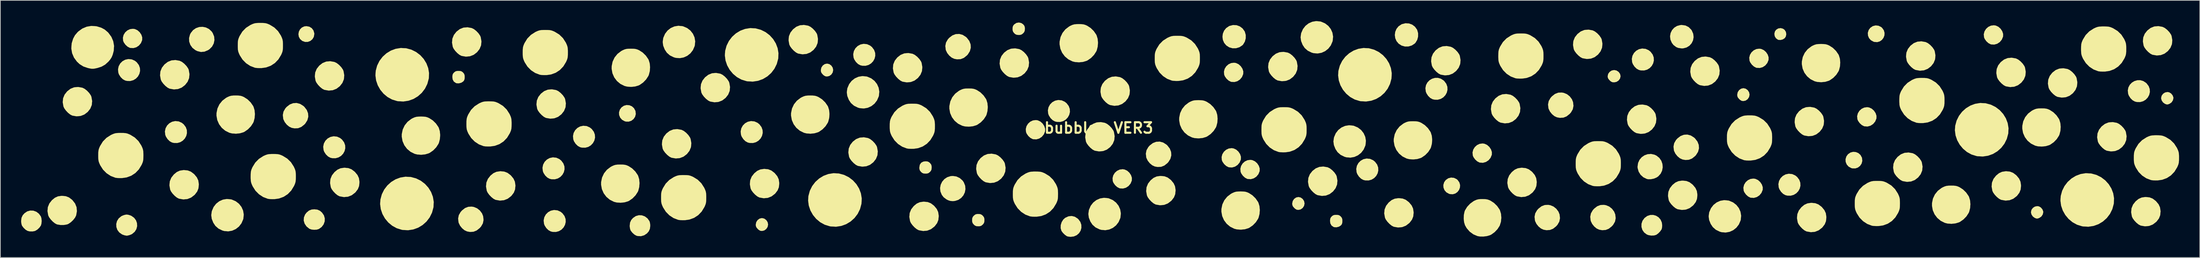
<source format=kicad_pcb>
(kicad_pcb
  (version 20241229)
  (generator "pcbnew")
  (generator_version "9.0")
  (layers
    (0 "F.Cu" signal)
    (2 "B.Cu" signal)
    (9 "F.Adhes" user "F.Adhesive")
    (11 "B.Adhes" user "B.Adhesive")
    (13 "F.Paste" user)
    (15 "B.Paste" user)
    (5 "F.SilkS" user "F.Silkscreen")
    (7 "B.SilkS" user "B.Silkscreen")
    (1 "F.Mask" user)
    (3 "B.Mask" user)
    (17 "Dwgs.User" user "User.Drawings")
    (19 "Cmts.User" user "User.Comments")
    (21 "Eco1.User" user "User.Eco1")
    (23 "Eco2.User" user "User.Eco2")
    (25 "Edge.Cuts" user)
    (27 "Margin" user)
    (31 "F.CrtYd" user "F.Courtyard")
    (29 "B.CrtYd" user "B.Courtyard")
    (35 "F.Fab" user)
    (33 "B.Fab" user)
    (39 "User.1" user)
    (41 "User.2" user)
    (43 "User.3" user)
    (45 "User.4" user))
  (footprint "bubbles VER3"
    (layer "F.Cu")
    (at 155.622 15.469)
    (property "Reference" "bubbles VER3" (at 0 0 0) (layer "F.SilkS") (effects (font (size 1.524 1.524) (thickness 0.3))))
    (attr through_hole)
    (fp_poly (pts (xy 98.808 -14.364) (xy 99.037 -14.201) (xy 99.227 -13.905) (xy 99.285 -13.562) (xy 99.212 -13.226) (xy 99.055 -12.996) (xy 98.784 -12.819) (xy 98.456 -12.733) (xy 98.145 -12.755) (xy 98.086 -12.776) (xy 97.798 -12.983) (xy 97.622 -13.278) (xy 97.567 -13.617) (xy 97.642 -13.952) (xy 97.813 -14.201) (xy 98.117 -14.395) (xy 98.465 -14.45) (xy 98.808 -14.364)) (stroke (width 0.01) (type solid)) (fill yes) (layer "F.SilkS"))
    (fp_poly (pts (xy -48.304 13.117) (xy -48.019 13.325) (xy -47.823 13.625) (xy -47.752 13.97) (xy -47.826 14.323) (xy -48.025 14.622) (xy -48.312 14.827) (xy -48.641 14.901) (xy -48.889 14.866) (xy -49.109 14.736) (xy -49.242 14.613) (xy -49.431 14.392) (xy -49.514 14.182) (xy -49.53 13.97) (xy -49.456 13.617) (xy -49.257 13.318) (xy -48.97 13.113) (xy -48.641 13.039) (xy -48.304 13.117)) (stroke (width 0.01) (type solid)) (fill yes) (layer "F.SilkS"))
    (fp_poly (pts (xy -38.906 -9.235) (xy -38.621 -9.027) (xy -38.425 -8.727) (xy -38.354 -8.382) (xy -38.428 -8.029) (xy -38.627 -7.73) (xy -38.914 -7.525) (xy -39.243 -7.451) (xy -39.491 -7.486) (xy -39.711 -7.616) (xy -39.844 -7.739) (xy -40.033 -7.96) (xy -40.117 -8.17) (xy -40.132 -8.382) (xy -40.058 -8.735) (xy -39.859 -9.034) (xy -39.572 -9.239) (xy -39.243 -9.313) (xy -38.906 -9.235)) (stroke (width 0.01) (type solid)) (fill yes) (layer "F.SilkS"))
    (fp_poly (pts (xy 29.166 10.069) (xy 29.451 10.277) (xy 29.647 10.577) (xy 29.718 10.922) (xy 29.644 11.275) (xy 29.445 11.574) (xy 29.158 11.779) (xy 28.829 11.853) (xy 28.581 11.818) (xy 28.361 11.688) (xy 28.228 11.565) (xy 28.039 11.344) (xy 27.956 11.134) (xy 27.94 10.922) (xy 28.014 10.569) (xy 28.213 10.27) (xy 28.5 10.065) (xy 28.829 9.991) (xy 29.166 10.069)) (stroke (width 0.01) (type solid)) (fill yes) (layer "F.SilkS"))
    (fp_poly (pts (xy 74.775 -8.308) (xy 75.074 -8.109) (xy 75.279 -7.822) (xy 75.353 -7.493) (xy 75.275 -7.156) (xy 75.067 -6.871) (xy 74.767 -6.675) (xy 74.422 -6.604) (xy 74.163 -6.63) (xy 73.957 -6.733) (xy 73.779 -6.892) (xy 73.583 -7.126) (xy 73.5 -7.35) (xy 73.491 -7.493) (xy 73.569 -7.83) (xy 73.777 -8.115) (xy 74.077 -8.311) (xy 74.422 -8.382) (xy 74.775 -8.308)) (stroke (width 0.01) (type solid)) (fill yes) (layer "F.SilkS"))
    (fp_poly (pts (xy 93.428 -5.679) (xy 93.713 -5.471) (xy 93.909 -5.171) (xy 93.98 -4.826) (xy 93.906 -4.473) (xy 93.707 -4.174) (xy 93.42 -3.969) (xy 93.091 -3.895) (xy 92.843 -3.93) (xy 92.623 -4.06) (xy 92.49 -4.183) (xy 92.301 -4.404) (xy 92.218 -4.614) (xy 92.202 -4.826) (xy 92.276 -5.179) (xy 92.475 -5.478) (xy 92.762 -5.683) (xy 93.091 -5.757) (xy 93.428 -5.679)) (stroke (width 0.01) (type solid)) (fill yes) (layer "F.SilkS"))
    (fp_poly (pts (xy -114.005 -14.655) (xy -113.657 -14.443) (xy -113.41 -14.121) (xy -113.291 -13.718) (xy -113.285 -13.589) (xy -113.359 -13.178) (xy -113.561 -12.842) (xy -113.859 -12.597) (xy -114.221 -12.462) (xy -114.613 -12.455) (xy -115.005 -12.593) (xy -115.037 -12.612) (xy -115.344 -12.883) (xy -115.52 -13.216) (xy -115.572 -13.578) (xy -115.511 -13.939) (xy -115.345 -14.266) (xy -115.084 -14.528) (xy -114.736 -14.692) (xy -114.427 -14.732) (xy -114.005 -14.655)) (stroke (width 0.01) (type solid)) (fill yes) (layer "F.SilkS"))
    (fp_poly (pts (xy -67.788 -3.287) (xy -67.422 -3.132) (xy -67.121 -2.862) (xy -66.919 -2.487) (xy -66.901 -2.426) (xy -66.861 -2.003) (xy -66.964 -1.616) (xy -67.184 -1.291) (xy -67.494 -1.052) (xy -67.868 -0.924) (xy -68.281 -0.93) (xy -68.453 -0.976) (xy -68.837 -1.188) (xy -69.107 -1.496) (xy -69.256 -1.865) (xy -69.275 -2.263) (xy -69.156 -2.653) (xy -68.925 -2.97) (xy -68.574 -3.215) (xy -68.183 -3.318) (xy -67.788 -3.287)) (stroke (width 0.01) (type solid)) (fill yes) (layer "F.SilkS"))
    (fp_poly (pts (xy 51.294 7.219) (xy 51.678 7.405) (xy 51.823 7.529) (xy 52.071 7.876) (xy 52.175 8.25) (xy 52.154 8.624) (xy 52.021 8.971) (xy 51.795 9.265) (xy 51.492 9.479) (xy 51.128 9.586) (xy 50.719 9.561) (xy 50.588 9.523) (xy 50.205 9.311) (xy 49.935 9.003) (xy 49.786 8.633) (xy 49.767 8.236) (xy 49.885 7.845) (xy 50.116 7.529) (xy 50.474 7.281) (xy 50.88 7.178) (xy 51.294 7.219)) (stroke (width 0.01) (type solid)) (fill yes) (layer "F.SilkS"))
    (fp_poly (pts (xy 109.335 3.487) (xy 109.701 3.642) (xy 110.002 3.912) (xy 110.203 4.287) (xy 110.222 4.347) (xy 110.261 4.771) (xy 110.158 5.157) (xy 109.939 5.482) (xy 109.629 5.721) (xy 109.254 5.85) (xy 108.842 5.844) (xy 108.67 5.797) (xy 108.286 5.586) (xy 108.016 5.278) (xy 107.867 4.908) (xy 107.848 4.511) (xy 107.967 4.12) (xy 108.197 3.803) (xy 108.549 3.558) (xy 108.939 3.456) (xy 109.335 3.487)) (stroke (width 0.01) (type solid)) (fill yes) (layer "F.SilkS"))
    (fp_poly (pts (xy 112.593 -14.795) (xy 112.976 -14.609) (xy 113.121 -14.485) (xy 113.369 -14.137) (xy 113.474 -13.763) (xy 113.452 -13.389) (xy 113.32 -13.042) (xy 113.094 -12.748) (xy 112.791 -12.534) (xy 112.426 -12.427) (xy 112.017 -12.452) (xy 111.887 -12.491) (xy 111.503 -12.702) (xy 111.233 -13.01) (xy 111.084 -13.38) (xy 111.065 -13.777) (xy 111.184 -14.168) (xy 111.415 -14.485) (xy 111.773 -14.732) (xy 112.178 -14.836) (xy 112.593 -14.795)) (stroke (width 0.01) (type solid)) (fill yes) (layer "F.SilkS"))
    (fp_poly (pts (xy 135.777 11.35) (xy 136.055 11.516) (xy 136.275 11.782) (xy 136.39 12.085) (xy 136.398 12.175) (xy 136.322 12.507) (xy 136.123 12.805) (xy 135.845 13.003) (xy 135.845 13.003) (xy 135.622 13.089) (xy 135.471 13.11) (xy 135.304 13.063) (xy 135.155 12.999) (xy 134.895 12.808) (xy 134.702 12.521) (xy 134.62 12.21) (xy 134.62 12.192) (xy 134.696 11.849) (xy 134.898 11.569) (xy 135.187 11.379) (xy 135.525 11.31) (xy 135.777 11.35)) (stroke (width 0.01) (type solid)) (fill yes) (layer "F.SilkS"))
    (fp_poly (pts (xy 154.573 -5.16) (xy 154.851 -4.994) (xy 155.071 -4.728) (xy 155.186 -4.425) (xy 155.194 -4.335) (xy 155.118 -4.003) (xy 154.919 -3.705) (xy 154.641 -3.507) (xy 154.641 -3.507) (xy 154.418 -3.421) (xy 154.267 -3.4) (xy 154.1 -3.447) (xy 153.951 -3.511) (xy 153.691 -3.702) (xy 153.498 -3.989) (xy 153.416 -4.3) (xy 153.416 -4.318) (xy 153.492 -4.661) (xy 153.694 -4.941) (xy 153.983 -5.131) (xy 154.321 -5.2) (xy 154.573 -5.16)) (stroke (width 0.01) (type solid)) (fill yes) (layer "F.SilkS"))
    (fp_poly (pts (xy -92.166 -8.235) (xy -91.966 -8.158) (xy -91.802 -8.02) (xy -91.651 -7.834) (xy -91.582 -7.627) (xy -91.567 -7.366) (xy -91.588 -7.073) (xy -91.666 -6.871) (xy -91.787 -6.727) (xy -92.057 -6.553) (xy -92.396 -6.464) (xy -92.727 -6.475) (xy -92.837 -6.51) (xy -93.135 -6.72) (xy -93.303 -7.034) (xy -93.345 -7.373) (xy -93.324 -7.662) (xy -93.243 -7.864) (xy -93.11 -8.02) (xy -92.924 -8.171) (xy -92.717 -8.24) (xy -92.456 -8.255) (xy -92.166 -8.235)) (stroke (width 0.01) (type solid)) (fill yes) (layer "F.SilkS"))
    (fp_poly (pts (xy -24.734 4.85) (xy -24.528 4.942) (xy -24.377 5.073) (xy -24.213 5.275) (xy -24.142 5.494) (xy -24.13 5.715) (xy -24.154 6) (xy -24.246 6.206) (xy -24.377 6.357) (xy -24.579 6.521) (xy -24.798 6.592) (xy -25.019 6.604) (xy -25.304 6.58) (xy -25.51 6.488) (xy -25.661 6.357) (xy -25.825 6.155) (xy -25.896 5.936) (xy -25.908 5.715) (xy -25.84 5.321) (xy -25.645 5.034) (xy -25.333 4.867) (xy -25.019 4.826) (xy -24.734 4.85)) (stroke (width 0.01) (type solid)) (fill yes) (layer "F.SilkS"))
    (fp_poly (pts (xy -11.176 -15.175) (xy -10.915 -14.993) (xy -10.751 -14.791) (xy -10.68 -14.572) (xy -10.668 -14.351) (xy -10.692 -14.066) (xy -10.784 -13.86) (xy -10.915 -13.709) (xy -11.117 -13.545) (xy -11.336 -13.474) (xy -11.557 -13.462) (xy -11.842 -13.486) (xy -12.048 -13.578) (xy -12.199 -13.709) (xy -12.363 -13.911) (xy -12.434 -14.13) (xy -12.446 -14.351) (xy -12.422 -14.636) (xy -12.33 -14.842) (xy -12.199 -14.993) (xy -11.885 -15.197) (xy -11.529 -15.258) (xy -11.176 -15.175)) (stroke (width 0.01) (type solid)) (fill yes) (layer "F.SilkS"))
    (fp_poly (pts (xy 34.58 12.593) (xy 34.78 12.67) (xy 34.944 12.808) (xy 35.095 12.994) (xy 35.164 13.201) (xy 35.179 13.462) (xy 35.158 13.755) (xy 35.08 13.957) (xy 34.959 14.101) (xy 34.689 14.275) (xy 34.35 14.364) (xy 34.019 14.353) (xy 33.909 14.318) (xy 33.611 14.108) (xy 33.443 13.794) (xy 33.401 13.455) (xy 33.422 13.166) (xy 33.503 12.964) (xy 33.636 12.808) (xy 33.822 12.657) (xy 34.029 12.588) (xy 34.29 12.573) (xy 34.58 12.593)) (stroke (width 0.01) (type solid)) (fill yes) (layer "F.SilkS"))
    (fp_poly (pts (xy -139.191 -14.309) (xy -138.817 -14.134) (xy -138.498 -13.848) (xy -138.261 -13.491) (xy -138.134 -13.104) (xy -138.142 -12.725) (xy -138.142 -12.724) (xy -138.322 -12.282) (xy -138.615 -11.928) (xy -138.99 -11.681) (xy -139.416 -11.561) (xy -139.862 -11.588) (xy -139.932 -11.607) (xy -140.252 -11.773) (xy -140.555 -12.049) (xy -140.79 -12.382) (xy -140.885 -12.615) (xy -140.924 -13.053) (xy -140.819 -13.466) (xy -140.596 -13.828) (xy -140.28 -14.113) (xy -139.896 -14.296) (xy -139.471 -14.351) (xy -139.191 -14.309)) (stroke (width 0.01) (type solid)) (fill yes) (layer "F.SilkS"))
    (fp_poly (pts (xy -112.831 11.82) (xy -112.459 11.992) (xy -112.168 12.248) (xy -111.896 12.646) (xy -111.772 13.083) (xy -111.79 13.53) (xy -111.945 13.956) (xy -112.23 14.33) (xy -112.624 14.613) (xy -112.931 14.706) (xy -113.311 14.73) (xy -113.689 14.688) (xy -113.99 14.582) (xy -114.004 14.574) (xy -114.41 14.239) (xy -114.679 13.841) (xy -114.806 13.407) (xy -114.786 12.961) (xy -114.615 12.53) (xy -114.4 12.248) (xy -114.052 11.956) (xy -113.672 11.805) (xy -113.284 11.769) (xy -112.831 11.82)) (stroke (width 0.01) (type solid)) (fill yes) (layer "F.SilkS"))
    (fp_poly (pts (xy -8.805 -1.101) (xy -8.43 -0.926) (xy -8.111 -0.64) (xy -7.875 -0.283) (xy -7.747 0.104) (xy -7.755 0.483) (xy -7.755 0.484) (xy -7.935 0.926) (xy -8.228 1.28) (xy -8.603 1.527) (xy -9.029 1.647) (xy -9.475 1.62) (xy -9.546 1.601) (xy -9.865 1.435) (xy -10.168 1.159) (xy -10.403 0.826) (xy -10.499 0.593) (xy -10.537 0.155) (xy -10.432 -0.258) (xy -10.209 -0.62) (xy -9.893 -0.905) (xy -9.509 -1.088) (xy -9.084 -1.143) (xy -8.805 -1.101)) (stroke (width 0.01) (type solid)) (fill yes) (layer "F.SilkS"))
    (fp_poly (pts (xy 3.726 6.011) (xy 4.101 6.186) (xy 4.42 6.472) (xy 4.656 6.829) (xy 4.783 7.216) (xy 4.775 7.595) (xy 4.775 7.596) (xy 4.595 8.038) (xy 4.302 8.392) (xy 3.927 8.639) (xy 3.502 8.759) (xy 3.056 8.732) (xy 2.985 8.713) (xy 2.666 8.547) (xy 2.363 8.271) (xy 2.128 7.938) (xy 2.032 7.705) (xy 1.993 7.267) (xy 2.098 6.854) (xy 2.322 6.492) (xy 2.638 6.207) (xy 3.021 6.024) (xy 3.447 5.969) (xy 3.726 6.011)) (stroke (width 0.01) (type solid)) (fill yes) (layer "F.SilkS"))
    (fp_poly (pts (xy 19.474 2.963) (xy 19.849 3.138) (xy 20.168 3.424) (xy 20.404 3.781) (xy 20.531 4.168) (xy 20.523 4.547) (xy 20.523 4.548) (xy 20.343 4.99) (xy 20.05 5.344) (xy 19.675 5.591) (xy 19.25 5.711) (xy 18.804 5.684) (xy 18.733 5.665) (xy 18.414 5.499) (xy 18.111 5.223) (xy 17.876 4.89) (xy 17.78 4.657) (xy 17.741 4.219) (xy 17.846 3.806) (xy 18.07 3.444) (xy 18.386 3.159) (xy 18.769 2.976) (xy 19.195 2.921) (xy 19.474 2.963)) (stroke (width 0.01) (type solid)) (fill yes) (layer "F.SilkS"))
    (fp_poly (pts (xy 19.813 -9.398) (xy 20.187 -9.223) (xy 20.506 -8.937) (xy 20.743 -8.581) (xy 20.87 -8.193) (xy 20.862 -7.815) (xy 20.862 -7.814) (xy 20.682 -7.372) (xy 20.389 -7.017) (xy 20.014 -6.771) (xy 19.588 -6.651) (xy 19.142 -6.677) (xy 19.072 -6.696) (xy 18.752 -6.862) (xy 18.449 -7.139) (xy 18.214 -7.471) (xy 18.119 -7.704) (xy 18.08 -8.143) (xy 18.185 -8.556) (xy 18.408 -8.917) (xy 18.724 -9.202) (xy 19.108 -9.385) (xy 19.533 -9.44) (xy 19.813 -9.398)) (stroke (width 0.01) (type solid)) (fill yes) (layer "F.SilkS"))
    (fp_poly (pts (xy 22.183 4.657) (xy 22.558 4.832) (xy 22.877 5.117) (xy 23.113 5.474) (xy 23.241 5.862) (xy 23.233 6.24) (xy 23.233 6.241) (xy 23.053 6.683) (xy 22.76 7.037) (xy 22.385 7.284) (xy 21.959 7.404) (xy 21.513 7.378) (xy 21.442 7.359) (xy 21.123 7.193) (xy 20.82 6.916) (xy 20.585 6.584) (xy 20.489 6.351) (xy 20.451 5.912) (xy 20.556 5.499) (xy 20.779 5.137) (xy 21.095 4.852) (xy 21.479 4.669) (xy 21.904 4.614) (xy 22.183 4.657)) (stroke (width 0.01) (type solid)) (fill yes) (layer "F.SilkS"))
    (fp_poly (pts (xy 55.711 2.286) (xy 56.086 2.461) (xy 56.405 2.747) (xy 56.641 3.103) (xy 56.769 3.491) (xy 56.761 3.869) (xy 56.761 3.87) (xy 56.581 4.312) (xy 56.288 4.667) (xy 55.913 4.913) (xy 55.487 5.033) (xy 55.041 5.007) (xy 54.97 4.988) (xy 54.651 4.822) (xy 54.348 4.545) (xy 54.113 4.213) (xy 54.017 3.98) (xy 53.979 3.541) (xy 54.084 3.128) (xy 54.307 2.767) (xy 54.623 2.482) (xy 55.007 2.299) (xy 55.432 2.244) (xy 55.711 2.286)) (stroke (width 0.01) (type solid)) (fill yes) (layer "F.SilkS"))
    (fp_poly (pts (xy 94.827 7.366) (xy 95.202 7.541) (xy 95.521 7.827) (xy 95.757 8.183) (xy 95.885 8.571) (xy 95.877 8.949) (xy 95.877 8.95) (xy 95.697 9.392) (xy 95.404 9.747) (xy 95.029 9.993) (xy 94.603 10.113) (xy 94.157 10.087) (xy 94.086 10.068) (xy 93.767 9.902) (xy 93.464 9.625) (xy 93.229 9.293) (xy 93.133 9.06) (xy 93.095 8.621) (xy 93.2 8.208) (xy 93.423 7.847) (xy 93.739 7.562) (xy 94.123 7.379) (xy 94.548 7.324) (xy 94.827 7.366)) (stroke (width 0.01) (type solid)) (fill yes) (layer "F.SilkS"))
    (fp_poly (pts (xy 95.674 -11.43) (xy 96.049 -11.255) (xy 96.368 -10.969) (xy 96.604 -10.613) (xy 96.731 -10.225) (xy 96.723 -9.847) (xy 96.723 -9.846) (xy 96.543 -9.404) (xy 96.25 -9.049) (xy 95.875 -8.803) (xy 95.45 -8.683) (xy 95.004 -8.709) (xy 94.933 -8.728) (xy 94.614 -8.894) (xy 94.311 -9.171) (xy 94.076 -9.503) (xy 93.98 -9.736) (xy 93.941 -10.175) (xy 94.046 -10.588) (xy 94.27 -10.949) (xy 94.586 -11.234) (xy 94.969 -11.417) (xy 95.395 -11.472) (xy 95.674 -11.43)) (stroke (width 0.01) (type solid)) (fill yes) (layer "F.SilkS"))
    (fp_poly (pts (xy 111.253 -2.963) (xy 111.627 -2.788) (xy 111.946 -2.503) (xy 112.183 -2.146) (xy 112.31 -1.758) (xy 112.302 -1.38) (xy 112.302 -1.379) (xy 112.122 -0.937) (xy 111.829 -0.583) (xy 111.454 -0.336) (xy 111.028 -0.216) (xy 110.582 -0.242) (xy 110.512 -0.261) (xy 110.192 -0.427) (xy 109.889 -0.704) (xy 109.654 -1.036) (xy 109.559 -1.269) (xy 109.52 -1.708) (xy 109.625 -2.121) (xy 109.848 -2.483) (xy 110.164 -2.768) (xy 110.548 -2.951) (xy 110.973 -3.006) (xy 111.253 -2.963)) (stroke (width 0.01) (type solid)) (fill yes) (layer "F.SilkS"))
    (fp_poly (pts (xy 129.541 -14.817) (xy 129.915 -14.642) (xy 130.234 -14.356) (xy 130.471 -13.999) (xy 130.598 -13.612) (xy 130.59 -13.233) (xy 130.59 -13.232) (xy 130.41 -12.79) (xy 130.117 -12.436) (xy 129.742 -12.189) (xy 129.316 -12.069) (xy 128.87 -12.096) (xy 128.8 -12.115) (xy 128.48 -12.281) (xy 128.177 -12.557) (xy 127.942 -12.89) (xy 127.847 -13.123) (xy 127.808 -13.561) (xy 127.913 -13.974) (xy 128.136 -14.336) (xy 128.452 -14.621) (xy 128.836 -14.804) (xy 129.261 -14.859) (xy 129.541 -14.817)) (stroke (width 0.01) (type solid)) (fill yes) (layer "F.SilkS"))
    (fp_poly (pts (xy -139.649 -9.923) (xy -139.637 -9.92) (xy -139.194 -9.721) (xy -138.921 -9.5) (xy -138.62 -9.1) (xy -138.468 -8.673) (xy -138.449 -8.242) (xy -138.549 -7.829) (xy -138.753 -7.456) (xy -139.049 -7.145) (xy -139.42 -6.92) (xy -139.854 -6.801) (xy -140.335 -6.811) (xy -140.603 -6.877) (xy -140.933 -7.058) (xy -141.239 -7.356) (xy -141.477 -7.721) (xy -141.576 -7.98) (xy -141.628 -8.47) (xy -141.533 -8.927) (xy -141.314 -9.328) (xy -140.994 -9.65) (xy -140.595 -9.872) (xy -140.139 -9.97) (xy -139.649 -9.923)) (stroke (width 0.01) (type solid)) (fill yes) (layer "F.SilkS"))
    (fp_poly (pts (xy -132.876 -0.948) (xy -132.863 -0.945) (xy -132.421 -0.746) (xy -132.147 -0.525) (xy -131.847 -0.125) (xy -131.694 0.301) (xy -131.675 0.732) (xy -131.775 1.146) (xy -131.98 1.519) (xy -132.275 1.829) (xy -132.647 2.055) (xy -133.08 2.174) (xy -133.561 2.163) (xy -133.83 2.098) (xy -134.16 1.917) (xy -134.466 1.618) (xy -134.703 1.253) (xy -134.802 0.995) (xy -134.854 0.505) (xy -134.76 0.048) (xy -134.541 -0.353) (xy -134.221 -0.675) (xy -133.822 -0.897) (xy -133.366 -0.996) (xy -132.876 -0.948)) (stroke (width 0.01) (type solid)) (fill yes) (layer "F.SilkS"))
    (fp_poly (pts (xy -128.941 -14.541) (xy -128.496 -14.319) (xy -128.117 -13.97) (xy -127.957 -13.738) (xy -127.754 -13.239) (xy -127.707 -12.726) (xy -127.809 -12.23) (xy -128.05 -11.778) (xy -128.424 -11.4) (xy -128.634 -11.261) (xy -129.149 -11.047) (xy -129.659 -11.002) (xy -130.171 -11.126) (xy -130.446 -11.261) (xy -130.877 -11.597) (xy -131.179 -12.019) (xy -131.345 -12.499) (xy -131.366 -13.008) (xy -131.234 -13.516) (xy -131.123 -13.738) (xy -130.791 -14.154) (xy -130.377 -14.442) (xy -129.911 -14.603) (xy -129.422 -14.636) (xy -128.941 -14.541)) (stroke (width 0.01) (type solid)) (fill yes) (layer "F.SilkS"))
    (fp_poly (pts (xy -110.016 1.253) (xy -110.003 1.256) (xy -109.561 1.455) (xy -109.287 1.676) (xy -108.987 2.076) (xy -108.834 2.503) (xy -108.815 2.934) (xy -108.915 3.347) (xy -109.12 3.72) (xy -109.415 4.031) (xy -109.787 4.256) (xy -110.22 4.375) (xy -110.701 4.365) (xy -110.97 4.299) (xy -111.3 4.118) (xy -111.606 3.82) (xy -111.843 3.455) (xy -111.942 3.196) (xy -111.994 2.706) (xy -111.9 2.249) (xy -111.681 1.848) (xy -111.361 1.526) (xy -110.962 1.304) (xy -110.506 1.206) (xy -110.016 1.253)) (stroke (width 0.01) (type solid)) (fill yes) (layer "F.SilkS"))
    (fp_poly (pts (xy -78.35 4.301) (xy -78.338 4.304) (xy -77.895 4.503) (xy -77.622 4.724) (xy -77.322 5.124) (xy -77.169 5.551) (xy -77.15 5.982) (xy -77.25 6.395) (xy -77.455 6.768) (xy -77.75 7.079) (xy -78.122 7.304) (xy -78.555 7.423) (xy -79.036 7.413) (xy -79.304 7.347) (xy -79.635 7.166) (xy -79.941 6.868) (xy -80.178 6.503) (xy -80.277 6.244) (xy -80.329 5.754) (xy -80.234 5.297) (xy -80.016 4.896) (xy -79.696 4.574) (xy -79.296 4.352) (xy -78.84 4.254) (xy -78.35 4.301)) (stroke (width 0.01) (type solid)) (fill yes) (layer "F.SilkS"))
    (fp_poly (pts (xy -78.181 11.921) (xy -78.168 11.924) (xy -77.726 12.123) (xy -77.453 12.344) (xy -77.152 12.744) (xy -77 13.171) (xy -76.981 13.602) (xy -77.081 14.015) (xy -77.285 14.388) (xy -77.581 14.699) (xy -77.952 14.924) (xy -78.386 15.043) (xy -78.867 15.033) (xy -79.135 14.967) (xy -79.465 14.786) (xy -79.771 14.488) (xy -80.009 14.123) (xy -80.108 13.864) (xy -80.16 13.374) (xy -80.065 12.917) (xy -79.846 12.516) (xy -79.526 12.194) (xy -79.127 11.972) (xy -78.671 11.874) (xy -78.181 11.921)) (stroke (width 0.01) (type solid)) (fill yes) (layer "F.SilkS"))
    (fp_poly (pts (xy -73.948 -0.271) (xy -73.935 -0.268) (xy -73.493 -0.069) (xy -73.219 0.152) (xy -72.919 0.552) (xy -72.766 0.979) (xy -72.747 1.41) (xy -72.847 1.823) (xy -73.052 2.196) (xy -73.347 2.507) (xy -73.719 2.732) (xy -74.152 2.851) (xy -74.633 2.841) (xy -74.902 2.775) (xy -75.232 2.594) (xy -75.538 2.296) (xy -75.775 1.931) (xy -75.874 1.672) (xy -75.926 1.182) (xy -75.832 0.725) (xy -75.613 0.324) (xy -75.293 0.002) (xy -74.894 -0.22) (xy -74.438 -0.318) (xy -73.948 -0.271)) (stroke (width 0.01) (type solid)) (fill yes) (layer "F.SilkS"))
    (fp_poly (pts (xy -49.733 -0.948) (xy -49.721 -0.945) (xy -49.278 -0.746) (xy -49.005 -0.525) (xy -48.704 -0.125) (xy -48.552 0.301) (xy -48.533 0.732) (xy -48.633 1.146) (xy -48.837 1.519) (xy -49.133 1.829) (xy -49.504 2.055) (xy -49.938 2.174) (xy -50.419 2.163) (xy -50.687 2.098) (xy -51.017 1.917) (xy -51.323 1.618) (xy -51.561 1.253) (xy -51.66 0.995) (xy -51.712 0.505) (xy -51.617 0.048) (xy -51.398 -0.353) (xy -51.078 -0.675) (xy -50.679 -0.897) (xy -50.223 -0.996) (xy -49.733 -0.948)) (stroke (width 0.01) (type solid)) (fill yes) (layer "F.SilkS"))
    (fp_poly (pts (xy -33.477 -12.124) (xy -33.465 -12.121) (xy -33.022 -11.922) (xy -32.749 -11.701) (xy -32.448 -11.301) (xy -32.296 -10.875) (xy -32.277 -10.444) (xy -32.377 -10.03) (xy -32.581 -9.657) (xy -32.877 -9.347) (xy -33.248 -9.121) (xy -33.682 -9.002) (xy -34.163 -9.013) (xy -34.431 -9.078) (xy -34.761 -9.259) (xy -35.067 -9.558) (xy -35.305 -9.923) (xy -35.404 -10.181) (xy -35.456 -10.671) (xy -35.361 -11.128) (xy -35.142 -11.529) (xy -34.822 -11.851) (xy -34.423 -12.073) (xy -33.967 -12.172) (xy -33.477 -12.124)) (stroke (width 0.01) (type solid)) (fill yes) (layer "F.SilkS"))
    (fp_poly (pts (xy -17.114 12.47) (xy -16.908 12.562) (xy -16.757 12.693) (xy -16.593 12.895) (xy -16.522 13.114) (xy -16.51 13.335) (xy -16.534 13.62) (xy -16.626 13.826) (xy -16.757 13.977) (xy -16.959 14.141) (xy -17.178 14.212) (xy -17.399 14.224) (xy -17.684 14.2) (xy -17.89 14.108) (xy -18.041 13.977) (xy -18.205 13.775) (xy -18.276 13.556) (xy -18.288 13.335) (xy -18.264 13.05) (xy -18.172 12.844) (xy -18.041 12.693) (xy -17.839 12.529) (xy -17.62 12.458) (xy -17.399 12.446) (xy -17.114 12.47)) (stroke (width 0.01) (type solid)) (fill yes) (layer "F.SilkS"))
    (fp_poly (pts (xy -5.368 -3.996) (xy -5.355 -3.993) (xy -4.913 -3.794) (xy -4.639 -3.573) (xy -4.339 -3.173) (xy -4.186 -2.747) (xy -4.167 -2.316) (xy -4.267 -1.902) (xy -4.472 -1.529) (xy -4.767 -1.219) (xy -5.139 -0.993) (xy -5.572 -0.874) (xy -6.053 -0.885) (xy -6.322 -0.95) (xy -6.652 -1.131) (xy -6.958 -1.43) (xy -7.195 -1.795) (xy -7.294 -2.053) (xy -7.346 -2.543) (xy -7.252 -3) (xy -7.033 -3.401) (xy -6.713 -3.723) (xy -6.314 -3.945) (xy -5.858 -4.044) (xy -5.368 -3.996)) (stroke (width 0.01) (type solid)) (fill yes) (layer "F.SilkS"))
    (fp_poly (pts (xy 19.902 -14.868) (xy 20.366 -14.699) (xy 20.764 -14.401) (xy 21.062 -13.987) (xy 21.091 -13.928) (xy 21.223 -13.461) (xy 21.221 -12.966) (xy 21.093 -12.492) (xy 20.849 -12.085) (xy 20.732 -11.963) (xy 20.315 -11.689) (xy 19.829 -11.545) (xy 19.32 -11.538) (xy 18.838 -11.675) (xy 18.414 -11.953) (xy 18.11 -12.319) (xy 17.928 -12.744) (xy 17.866 -13.198) (xy 17.924 -13.653) (xy 18.102 -14.08) (xy 18.397 -14.449) (xy 18.811 -14.73) (xy 18.9 -14.77) (xy 19.403 -14.896) (xy 19.902 -14.868)) (stroke (width 0.01) (type solid)) (fill yes) (layer "F.SilkS"))
    (fp_poly (pts (xy 39.167 4.47) (xy 39.179 4.474) (xy 39.622 4.673) (xy 39.895 4.893) (xy 40.196 5.293) (xy 40.348 5.72) (xy 40.367 6.151) (xy 40.267 6.564) (xy 40.063 6.937) (xy 39.767 7.248) (xy 39.396 7.474) (xy 38.962 7.592) (xy 38.481 7.582) (xy 38.213 7.517) (xy 37.883 7.336) (xy 37.577 7.037) (xy 37.339 6.672) (xy 37.24 6.413) (xy 37.188 5.923) (xy 37.283 5.467) (xy 37.502 5.066) (xy 37.822 4.743) (xy 38.221 4.521) (xy 38.677 4.423) (xy 39.167 4.47)) (stroke (width 0.01) (type solid)) (fill yes) (layer "F.SilkS"))
    (fp_poly (pts (xy 44.794 -15.122) (xy 45.258 -14.953) (xy 45.656 -14.655) (xy 45.954 -14.241) (xy 45.983 -14.182) (xy 46.115 -13.715) (xy 46.113 -13.22) (xy 45.985 -12.746) (xy 45.741 -12.339) (xy 45.624 -12.217) (xy 45.207 -11.943) (xy 44.721 -11.799) (xy 44.212 -11.792) (xy 43.73 -11.929) (xy 43.306 -12.207) (xy 43.002 -12.573) (xy 42.82 -12.998) (xy 42.758 -13.452) (xy 42.816 -13.907) (xy 42.994 -14.334) (xy 43.289 -14.703) (xy 43.703 -14.984) (xy 43.792 -15.024) (xy 44.295 -15.15) (xy 44.794 -15.122)) (stroke (width 0.01) (type solid)) (fill yes) (layer "F.SilkS"))
    (fp_poly (pts (xy 49.409 -7.125) (xy 49.813 -6.86) (xy 49.886 -6.791) (xy 50.186 -6.391) (xy 50.339 -5.964) (xy 50.358 -5.533) (xy 50.258 -5.12) (xy 50.053 -4.747) (xy 49.758 -4.436) (xy 49.386 -4.21) (xy 48.953 -4.092) (xy 48.472 -4.102) (xy 48.204 -4.167) (xy 47.873 -4.348) (xy 47.567 -4.647) (xy 47.33 -5.012) (xy 47.231 -5.271) (xy 47.175 -5.76) (xy 47.261 -6.204) (xy 47.465 -6.588) (xy 47.763 -6.898) (xy 48.13 -7.121) (xy 48.543 -7.242) (xy 48.977 -7.248) (xy 49.409 -7.125)) (stroke (width 0.01) (type solid)) (fill yes) (layer "F.SilkS"))
    (fp_poly (pts (xy 78.96 -11.447) (xy 78.973 -11.444) (xy 79.415 -11.245) (xy 79.689 -11.024) (xy 79.989 -10.624) (xy 80.142 -10.197) (xy 80.161 -9.766) (xy 80.061 -9.353) (xy 79.856 -8.98) (xy 79.561 -8.669) (xy 79.189 -8.444) (xy 78.756 -8.325) (xy 78.275 -8.335) (xy 78.006 -8.401) (xy 77.676 -8.582) (xy 77.37 -8.88) (xy 77.133 -9.245) (xy 77.034 -9.504) (xy 76.982 -9.994) (xy 77.076 -10.451) (xy 77.295 -10.852) (xy 77.615 -11.174) (xy 78.014 -11.396) (xy 78.47 -11.494) (xy 78.96 -11.447)) (stroke (width 0.01) (type solid)) (fill yes) (layer "F.SilkS"))
    (fp_poly (pts (xy 84.731 -14.824) (xy 85.186 -14.595) (xy 85.556 -14.222) (xy 85.639 -14.099) (xy 85.845 -13.625) (xy 85.899 -13.142) (xy 85.817 -12.678) (xy 85.612 -12.258) (xy 85.299 -11.909) (xy 84.893 -11.657) (xy 84.409 -11.527) (xy 84.201 -11.515) (xy 83.677 -11.591) (xy 83.389 -11.712) (xy 82.998 -12.011) (xy 82.763 -12.317) (xy 82.557 -12.791) (xy 82.503 -13.274) (xy 82.585 -13.738) (xy 82.79 -14.158) (xy 83.103 -14.507) (xy 83.509 -14.759) (xy 83.993 -14.889) (xy 84.201 -14.901) (xy 84.731 -14.824)) (stroke (width 0.01) (type solid)) (fill yes) (layer "F.SilkS"))
    (fp_poly (pts (xy 100.127 6.672) (xy 100.139 6.675) (xy 100.582 6.874) (xy 100.855 7.095) (xy 101.156 7.495) (xy 101.308 7.921) (xy 101.327 8.352) (xy 101.227 8.766) (xy 101.023 9.139) (xy 100.727 9.449) (xy 100.356 9.675) (xy 99.922 9.794) (xy 99.441 9.783) (xy 99.173 9.718) (xy 98.843 9.537) (xy 98.537 9.238) (xy 98.299 8.873) (xy 98.2 8.615) (xy 98.148 8.125) (xy 98.243 7.668) (xy 98.462 7.267) (xy 98.782 6.945) (xy 99.181 6.723) (xy 99.637 6.624) (xy 100.127 6.672)) (stroke (width 0.01) (type solid)) (fill yes) (layer "F.SilkS"))
    (fp_poly (pts (xy 150.839 -6.787) (xy 151.244 -6.521) (xy 151.317 -6.452) (xy 151.617 -6.052) (xy 151.77 -5.625) (xy 151.789 -5.194) (xy 151.689 -4.781) (xy 151.484 -4.408) (xy 151.189 -4.097) (xy 150.817 -3.872) (xy 150.384 -3.753) (xy 149.903 -3.763) (xy 149.634 -3.829) (xy 149.304 -4.01) (xy 148.998 -4.308) (xy 148.761 -4.673) (xy 148.662 -4.932) (xy 148.606 -5.422) (xy 148.692 -5.865) (xy 148.896 -6.249) (xy 149.194 -6.559) (xy 149.561 -6.782) (xy 149.974 -6.903) (xy 150.408 -6.91) (xy 150.839 -6.787)) (stroke (width 0.01) (type solid)) (fill yes) (layer "F.SilkS"))
    (fp_poly (pts (xy -115.335 -3.482) (xy -114.869 -3.189) (xy -114.719 -3.052) (xy -114.372 -2.601) (xy -114.185 -2.114) (xy -114.157 -1.614) (xy -114.289 -1.121) (xy -114.58 -0.656) (xy -114.717 -0.506) (xy -115.153 -0.159) (xy -115.615 0.026) (xy -116.124 0.054) (xy -116.539 -0.021) (xy -116.905 -0.192) (xy -117.257 -0.484) (xy -117.55 -0.852) (xy -117.742 -1.249) (xy -117.767 -1.338) (xy -117.827 -1.881) (xy -117.728 -2.373) (xy -117.467 -2.827) (xy -117.267 -3.052) (xy -116.816 -3.4) (xy -116.329 -3.587) (xy -115.829 -3.614) (xy -115.335 -3.482)) (stroke (width 0.01) (type solid)) (fill yes) (layer "F.SilkS"))
    (fp_poly (pts (xy -90.238 11.434) (xy -89.779 11.625) (xy -89.376 11.946) (xy -89.067 12.358) (xy -88.904 12.768) (xy -88.844 13.312) (xy -88.944 13.805) (xy -89.205 14.259) (xy -89.402 14.48) (xy -89.838 14.827) (xy -90.3 15.012) (xy -90.809 15.04) (xy -91.223 14.965) (xy -91.59 14.794) (xy -91.941 14.502) (xy -92.235 14.134) (xy -92.427 13.737) (xy -92.452 13.648) (xy -92.512 13.105) (xy -92.413 12.613) (xy -92.152 12.159) (xy -91.952 11.934) (xy -91.511 11.587) (xy -91.041 11.405) (xy -90.526 11.384) (xy -90.238 11.434)) (stroke (width 0.01) (type solid)) (fill yes) (layer "F.SilkS"))
    (fp_poly (pts (xy -20.551 7.025) (xy -20.068 7.255) (xy -19.668 7.612) (xy -19.499 7.852) (xy -19.3 8.34) (xy -19.253 8.837) (xy -19.342 9.316) (xy -19.552 9.753) (xy -19.87 10.123) (xy -20.279 10.398) (xy -20.766 10.555) (xy -21.082 10.582) (xy -21.439 10.553) (xy -21.756 10.45) (xy -21.988 10.329) (xy -22.397 10.024) (xy -22.665 9.674) (xy -22.864 9.186) (xy -22.911 8.689) (xy -22.822 8.21) (xy -22.612 7.773) (xy -22.294 7.403) (xy -21.885 7.128) (xy -21.398 6.971) (xy -21.082 6.944) (xy -20.551 7.025)) (stroke (width 0.01) (type solid)) (fill yes) (layer "F.SilkS"))
    (fp_poly (pts (xy -19.662 -13.473) (xy -19.196 -13.18) (xy -19.046 -13.043) (xy -18.699 -12.591) (xy -18.511 -12.105) (xy -18.484 -11.605) (xy -18.615 -11.111) (xy -18.907 -10.646) (xy -19.044 -10.497) (xy -19.48 -10.149) (xy -19.942 -9.964) (xy -20.451 -9.936) (xy -20.865 -10.012) (xy -21.232 -10.183) (xy -21.583 -10.475) (xy -21.877 -10.843) (xy -22.069 -11.24) (xy -22.094 -11.329) (xy -22.154 -11.872) (xy -22.055 -12.363) (xy -21.794 -12.818) (xy -21.594 -13.043) (xy -21.142 -13.39) (xy -20.656 -13.578) (xy -20.155 -13.605) (xy -19.662 -13.473)) (stroke (width 0.01) (type solid)) (fill yes) (layer "F.SilkS"))
    (fp_poly (pts (xy -3.45 12.849) (xy -3.03 13.126) (xy -2.953 13.198) (xy -2.662 13.592) (xy -2.517 14.019) (xy -2.508 14.45) (xy -2.623 14.86) (xy -2.851 15.222) (xy -3.181 15.507) (xy -3.6 15.691) (xy -4.039 15.745) (xy -4.32 15.725) (xy -4.551 15.675) (xy -4.614 15.649) (xy -4.897 15.447) (xy -5.173 15.176) (xy -5.373 14.905) (xy -5.384 14.884) (xy -5.501 14.491) (xy -5.487 14.056) (xy -5.356 13.627) (xy -5.122 13.251) (xy -4.845 13.004) (xy -4.374 12.787) (xy -3.904 12.736) (xy -3.45 12.849)) (stroke (width 0.01) (type solid)) (fill yes) (layer "F.SilkS"))
    (fp_poly (pts (xy 9.294 2.106) (xy 9.76 2.399) (xy 9.91 2.536) (xy 10.257 2.987) (xy 10.445 3.474) (xy 10.472 3.974) (xy 10.341 4.467) (xy 10.049 4.932) (xy 9.912 5.082) (xy 9.476 5.429) (xy 9.014 5.614) (xy 8.505 5.642) (xy 8.091 5.567) (xy 7.724 5.396) (xy 7.373 5.104) (xy 7.079 4.736) (xy 6.887 4.339) (xy 6.862 4.25) (xy 6.802 3.707) (xy 6.901 3.215) (xy 7.162 2.761) (xy 7.362 2.536) (xy 7.814 2.188) (xy 8.3 2.001) (xy 8.801 1.974) (xy 9.294 2.106)) (stroke (width 0.01) (type solid)) (fill yes) (layer "F.SilkS"))
    (fp_poly (pts (xy 65.21 11.18) (xy 65.669 11.371) (xy 66.072 11.692) (xy 66.381 12.104) (xy 66.544 12.514) (xy 66.604 13.058) (xy 66.504 13.551) (xy 66.243 14.005) (xy 66.046 14.226) (xy 65.61 14.573) (xy 65.148 14.758) (xy 64.639 14.786) (xy 64.225 14.711) (xy 63.858 14.54) (xy 63.507 14.248) (xy 63.213 13.88) (xy 63.021 13.483) (xy 62.996 13.394) (xy 62.936 12.851) (xy 63.035 12.359) (xy 63.296 11.905) (xy 63.496 11.68) (xy 63.937 11.333) (xy 64.407 11.151) (xy 64.922 11.13) (xy 65.21 11.18)) (stroke (width 0.01) (type solid)) (fill yes) (layer "F.SilkS"))
    (fp_poly (pts (xy 67.157 -5.076) (xy 67.616 -4.885) (xy 68.02 -4.564) (xy 68.328 -4.152) (xy 68.491 -3.742) (xy 68.551 -3.198) (xy 68.452 -2.705) (xy 68.19 -2.251) (xy 67.994 -2.03) (xy 67.557 -1.683) (xy 67.095 -1.498) (xy 66.586 -1.47) (xy 66.172 -1.545) (xy 65.805 -1.716) (xy 65.454 -2.008) (xy 65.161 -2.376) (xy 64.968 -2.773) (xy 64.943 -2.862) (xy 64.884 -3.405) (xy 64.982 -3.897) (xy 65.243 -4.351) (xy 65.443 -4.576) (xy 65.884 -4.923) (xy 66.355 -5.105) (xy 66.869 -5.126) (xy 67.157 -5.076)) (stroke (width 0.01) (type solid)) (fill yes) (layer "F.SilkS"))
    (fp_poly (pts (xy 73.253 11.18) (xy 73.712 11.371) (xy 74.116 11.692) (xy 74.424 12.104) (xy 74.587 12.514) (xy 74.647 13.058) (xy 74.548 13.551) (xy 74.286 14.005) (xy 74.09 14.226) (xy 73.653 14.573) (xy 73.191 14.758) (xy 72.682 14.786) (xy 72.268 14.711) (xy 71.901 14.54) (xy 71.55 14.248) (xy 71.257 13.88) (xy 71.064 13.483) (xy 71.039 13.394) (xy 70.98 12.851) (xy 71.078 12.359) (xy 71.339 11.905) (xy 71.539 11.68) (xy 71.98 11.333) (xy 72.451 11.151) (xy 72.965 11.13) (xy 73.253 11.18)) (stroke (width 0.01) (type solid)) (fill yes) (layer "F.SilkS"))
    (fp_poly (pts (xy 80.256 3.869) (xy 80.54 4.005) (xy 80.95 4.333) (xy 81.236 4.744) (xy 81.398 5.208) (xy 81.437 5.694) (xy 81.351 6.173) (xy 81.14 6.615) (xy 80.804 6.989) (xy 80.569 7.153) (xy 80.18 7.32) (xy 79.743 7.409) (xy 79.332 7.411) (xy 79.143 7.371) (xy 78.649 7.13) (xy 78.25 6.771) (xy 77.969 6.322) (xy 77.825 5.812) (xy 77.81 5.588) (xy 77.886 5.063) (xy 78.095 4.606) (xy 78.412 4.232) (xy 78.812 3.957) (xy 79.27 3.795) (xy 79.76 3.761) (xy 80.256 3.869)) (stroke (width 0.01) (type solid)) (fill yes) (layer "F.SilkS"))
    (fp_poly (pts (xy 85.494 1.09) (xy 85.96 1.383) (xy 86.11 1.52) (xy 86.457 1.971) (xy 86.645 2.458) (xy 86.672 2.958) (xy 86.541 3.451) (xy 86.249 3.916) (xy 86.112 4.066) (xy 85.676 4.413) (xy 85.214 4.598) (xy 84.705 4.626) (xy 84.291 4.551) (xy 83.924 4.38) (xy 83.573 4.088) (xy 83.279 3.72) (xy 83.087 3.323) (xy 83.062 3.234) (xy 83.002 2.691) (xy 83.101 2.199) (xy 83.362 1.745) (xy 83.562 1.52) (xy 84.014 1.172) (xy 84.5 0.985) (xy 85.001 0.958) (xy 85.494 1.09)) (stroke (width 0.01) (type solid)) (fill yes) (layer "F.SilkS"))
    (fp_poly (pts (xy -65.972 12.646) (xy -65.546 12.8) (xy -65.172 13.085) (xy -64.889 13.479) (xy -64.818 13.701) (xy -64.776 13.999) (xy -64.77 14.139) (xy -64.822 14.593) (xy -64.994 14.964) (xy -65.249 15.256) (xy -65.645 15.522) (xy -66.099 15.653) (xy -66.567 15.637) (xy -66.802 15.568) (xy -67.081 15.4) (xy -67.364 15.14) (xy -67.586 14.85) (xy -67.614 14.8) (xy -67.685 14.578) (xy -67.728 14.279) (xy -67.733 14.139) (xy -67.682 13.686) (xy -67.51 13.314) (xy -67.254 13.023) (xy -66.856 12.751) (xy -66.419 12.627) (xy -65.972 12.646)) (stroke (width 0.01) (type solid)) (fill yes) (layer "F.SilkS"))
    (fp_poly (pts (xy 80.478 12.701) (xy 80.841 12.929) (xy 81.127 13.257) (xy 81.31 13.676) (xy 81.365 14.099) (xy 81.344 14.38) (xy 81.293 14.617) (xy 81.27 14.674) (xy 81.07 14.964) (xy 80.795 15.247) (xy 80.514 15.452) (xy 80.501 15.459) (xy 80.176 15.555) (xy 79.778 15.566) (xy 79.38 15.497) (xy 79.142 15.403) (xy 78.76 15.116) (xy 78.503 14.741) (xy 78.375 14.313) (xy 78.381 13.863) (xy 78.525 13.425) (xy 78.813 13.031) (xy 78.815 13.029) (xy 79.208 12.738) (xy 79.635 12.594) (xy 80.067 12.585) (xy 80.478 12.701)) (stroke (width 0.01) (type solid)) (fill yes) (layer "F.SilkS"))
    (fp_poly (pts (xy -146.779 -5.824) (xy -146.455 -5.665) (xy -146.113 -5.398) (xy -145.8 -5.069) (xy -145.565 -4.728) (xy -145.476 -4.52) (xy -145.367 -3.898) (xy -145.421 -3.323) (xy -145.637 -2.795) (xy -146.005 -2.325) (xy -146.485 -1.957) (xy -147.025 -1.743) (xy -147.61 -1.688) (xy -148.225 -1.796) (xy -148.251 -1.804) (xy -148.537 -1.953) (xy -148.851 -2.207) (xy -149.148 -2.52) (xy -149.383 -2.844) (xy -149.503 -3.1) (xy -149.612 -3.722) (xy -149.558 -4.297) (xy -149.342 -4.825) (xy -148.974 -5.295) (xy -148.493 -5.669) (xy -147.964 -5.882) (xy -147.388 -5.932) (xy -146.779 -5.824)) (stroke (width 0.01) (type solid)) (fill yes) (layer "F.SilkS"))
    (fp_poly (pts (xy -132.725 -9.718) (xy -132.4 -9.56) (xy -132.058 -9.292) (xy -131.745 -8.964) (xy -131.51 -8.623) (xy -131.421 -8.415) (xy -131.312 -7.793) (xy -131.366 -7.217) (xy -131.582 -6.689) (xy -131.95 -6.22) (xy -132.43 -5.851) (xy -132.971 -5.638) (xy -133.556 -5.583) (xy -134.17 -5.691) (xy -134.197 -5.699) (xy -134.482 -5.848) (xy -134.796 -6.102) (xy -135.093 -6.415) (xy -135.329 -6.739) (xy -135.448 -6.995) (xy -135.557 -7.616) (xy -135.503 -8.192) (xy -135.287 -8.72) (xy -134.919 -9.189) (xy -134.439 -9.564) (xy -133.91 -9.776) (xy -133.333 -9.827) (xy -132.725 -9.718)) (stroke (width 0.01) (type solid)) (fill yes) (layer "F.SilkS"))
    (fp_poly (pts (xy -110.373 -9.549) (xy -110.048 -9.39) (xy -109.706 -9.123) (xy -109.393 -8.795) (xy -109.158 -8.453) (xy -109.069 -8.245) (xy -108.96 -7.624) (xy -109.014 -7.048) (xy -109.23 -6.52) (xy -109.598 -6.051) (xy -110.078 -5.682) (xy -110.619 -5.468) (xy -111.204 -5.414) (xy -111.818 -5.521) (xy -111.845 -5.529) (xy -112.13 -5.678) (xy -112.444 -5.933) (xy -112.741 -6.245) (xy -112.977 -6.57) (xy -113.096 -6.825) (xy -113.205 -7.447) (xy -113.151 -8.023) (xy -112.935 -8.551) (xy -112.567 -9.02) (xy -112.087 -9.395) (xy -111.558 -9.607) (xy -110.981 -9.657) (xy -110.373 -9.549)) (stroke (width 0.01) (type solid)) (fill yes) (layer "F.SilkS"))
    (fp_poly (pts (xy -90.561 -14.46) (xy -90.236 -14.301) (xy -89.894 -14.034) (xy -89.581 -13.705) (xy -89.346 -13.364) (xy -89.257 -13.156) (xy -89.148 -12.534) (xy -89.202 -11.959) (xy -89.418 -11.431) (xy -89.786 -10.961) (xy -90.266 -10.593) (xy -90.807 -10.379) (xy -91.392 -10.324) (xy -92.006 -10.432) (xy -92.033 -10.44) (xy -92.318 -10.589) (xy -92.632 -10.843) (xy -92.929 -11.156) (xy -93.165 -11.48) (xy -93.284 -11.736) (xy -93.393 -12.358) (xy -93.339 -12.933) (xy -93.123 -13.461) (xy -92.755 -13.931) (xy -92.275 -14.305) (xy -91.746 -14.518) (xy -91.169 -14.568) (xy -90.561 -14.46)) (stroke (width 0.01) (type solid)) (fill yes) (layer "F.SilkS"))
    (fp_poly (pts (xy -78.369 -5.485) (xy -78.044 -5.326) (xy -77.702 -5.059) (xy -77.389 -4.731) (xy -77.154 -4.389) (xy -77.065 -4.181) (xy -76.956 -3.56) (xy -77.01 -2.984) (xy -77.226 -2.456) (xy -77.594 -1.987) (xy -78.074 -1.618) (xy -78.615 -1.404) (xy -79.2 -1.35) (xy -79.814 -1.457) (xy -79.841 -1.465) (xy -80.126 -1.614) (xy -80.44 -1.869) (xy -80.737 -2.181) (xy -80.973 -2.506) (xy -81.092 -2.761) (xy -81.201 -3.383) (xy -81.147 -3.959) (xy -80.931 -4.487) (xy -80.563 -4.956) (xy -80.083 -5.331) (xy -79.554 -5.543) (xy -78.977 -5.593) (xy -78.369 -5.485)) (stroke (width 0.01) (type solid)) (fill yes) (layer "F.SilkS"))
    (fp_poly (pts (xy -60.25 0.272) (xy -59.926 0.431) (xy -59.583 0.698) (xy -59.271 1.027) (xy -59.036 1.368) (xy -58.946 1.576) (xy -58.837 2.198) (xy -58.891 2.773) (xy -59.107 3.301) (xy -59.475 3.771) (xy -59.956 4.139) (xy -60.496 4.353) (xy -61.081 4.408) (xy -61.696 4.3) (xy -61.722 4.292) (xy -62.007 4.143) (xy -62.321 3.889) (xy -62.619 3.576) (xy -62.854 3.252) (xy -62.974 2.996) (xy -63.083 2.374) (xy -63.029 1.799) (xy -62.813 1.271) (xy -62.445 0.801) (xy -61.964 0.427) (xy -61.435 0.214) (xy -60.858 0.164) (xy -60.25 0.272)) (stroke (width 0.01) (type solid)) (fill yes) (layer "F.SilkS"))
    (fp_poly (pts (xy -54.662 -7.856) (xy -54.338 -7.697) (xy -53.995 -7.43) (xy -53.683 -7.101) (xy -53.448 -6.76) (xy -53.358 -6.552) (xy -53.249 -5.93) (xy -53.303 -5.355) (xy -53.519 -4.827) (xy -53.887 -4.357) (xy -54.368 -3.989) (xy -54.908 -3.775) (xy -55.493 -3.72) (xy -56.108 -3.828) (xy -56.134 -3.836) (xy -56.419 -3.985) (xy -56.733 -4.239) (xy -57.031 -4.552) (xy -57.266 -4.876) (xy -57.386 -5.132) (xy -57.495 -5.754) (xy -57.441 -6.329) (xy -57.225 -6.857) (xy -56.857 -7.327) (xy -56.376 -7.701) (xy -55.847 -7.914) (xy -55.27 -7.964) (xy -54.662 -7.856)) (stroke (width 0.01) (type solid)) (fill yes) (layer "F.SilkS"))
    (fp_poly (pts (xy -41.962 -14.798) (xy -41.638 -14.64) (xy -41.295 -14.372) (xy -40.983 -14.044) (xy -40.748 -13.703) (xy -40.658 -13.495) (xy -40.549 -12.873) (xy -40.603 -12.297) (xy -40.819 -11.769) (xy -41.187 -11.3) (xy -41.668 -10.931) (xy -42.208 -10.718) (xy -42.793 -10.663) (xy -43.408 -10.771) (xy -43.434 -10.779) (xy -43.719 -10.928) (xy -44.033 -11.182) (xy -44.331 -11.495) (xy -44.566 -11.819) (xy -44.686 -12.075) (xy -44.795 -12.696) (xy -44.741 -13.272) (xy -44.525 -13.8) (xy -44.157 -14.269) (xy -43.676 -14.644) (xy -43.147 -14.856) (xy -42.57 -14.907) (xy -41.962 -14.798)) (stroke (width 0.01) (type solid)) (fill yes) (layer "F.SilkS"))
    (fp_poly (pts (xy -33.326 1.458) (xy -33.002 1.616) (xy -32.659 1.884) (xy -32.347 2.212) (xy -32.112 2.553) (xy -32.022 2.761) (xy -31.913 3.383) (xy -31.967 3.959) (xy -32.183 4.487) (xy -32.551 4.956) (xy -33.032 5.325) (xy -33.572 5.538) (xy -34.157 5.593) (xy -34.772 5.485) (xy -34.798 5.477) (xy -35.083 5.328) (xy -35.397 5.074) (xy -35.695 4.761) (xy -35.93 4.437) (xy -36.05 4.181) (xy -36.159 3.56) (xy -36.105 2.984) (xy -35.889 2.456) (xy -35.521 1.987) (xy -35.04 1.612) (xy -34.511 1.4) (xy -33.934 1.349) (xy -33.326 1.458)) (stroke (width 0.01) (type solid)) (fill yes) (layer "F.SilkS"))
    (fp_poly (pts (xy -26.891 -10.734) (xy -26.567 -10.576) (xy -26.225 -10.308) (xy -25.912 -9.98) (xy -25.677 -9.639) (xy -25.588 -9.431) (xy -25.479 -8.809) (xy -25.533 -8.233) (xy -25.749 -7.705) (xy -26.117 -7.236) (xy -26.597 -6.867) (xy -27.137 -6.654) (xy -27.722 -6.599) (xy -28.337 -6.707) (xy -28.363 -6.715) (xy -28.649 -6.864) (xy -28.963 -7.118) (xy -29.26 -7.431) (xy -29.495 -7.755) (xy -29.615 -8.011) (xy -29.724 -8.632) (xy -29.67 -9.208) (xy -29.454 -9.736) (xy -29.086 -10.205) (xy -28.605 -10.58) (xy -28.076 -10.792) (xy -27.5 -10.843) (xy -26.891 -10.734)) (stroke (width 0.01) (type solid)) (fill yes) (layer "F.SilkS"))
    (fp_poly (pts (xy -14.869 3.828) (xy -14.544 3.987) (xy -14.202 4.254) (xy -13.889 4.583) (xy -13.654 4.924) (xy -13.565 5.132) (xy -13.456 5.754) (xy -13.51 6.329) (xy -13.726 6.857) (xy -14.094 7.327) (xy -14.574 7.695) (xy -15.115 7.909) (xy -15.7 7.964) (xy -16.314 7.856) (xy -16.341 7.848) (xy -16.626 7.699) (xy -16.94 7.445) (xy -17.237 7.132) (xy -17.473 6.808) (xy -17.592 6.552) (xy -17.701 5.93) (xy -17.647 5.355) (xy -17.431 4.827) (xy -17.063 4.357) (xy -16.583 3.983) (xy -16.054 3.77) (xy -15.477 3.72) (xy -14.869 3.828)) (stroke (width 0.01) (type solid)) (fill yes) (layer "F.SilkS"))
    (fp_poly (pts (xy -11.482 -11.412) (xy -11.158 -11.253) (xy -10.815 -10.986) (xy -10.503 -10.657) (xy -10.268 -10.316) (xy -10.178 -10.108) (xy -10.069 -9.486) (xy -10.123 -8.911) (xy -10.339 -8.383) (xy -10.707 -7.913) (xy -11.188 -7.545) (xy -11.728 -7.331) (xy -12.313 -7.276) (xy -12.928 -7.384) (xy -12.954 -7.392) (xy -13.239 -7.541) (xy -13.553 -7.795) (xy -13.851 -8.108) (xy -14.086 -8.432) (xy -14.206 -8.688) (xy -14.315 -9.31) (xy -14.261 -9.885) (xy -14.045 -10.413) (xy -13.677 -10.883) (xy -13.196 -11.257) (xy -12.667 -11.47) (xy -12.09 -11.52) (xy -11.482 -11.412)) (stroke (width 0.01) (type solid)) (fill yes) (layer "F.SilkS"))
    (fp_poly (pts (xy 0.879 -0.744) (xy 1.204 -0.585) (xy 1.546 -0.318) (xy 1.859 0.011) (xy 2.094 0.352) (xy 2.183 0.56) (xy 2.292 1.182) (xy 2.238 1.757) (xy 2.022 2.285) (xy 1.654 2.755) (xy 1.174 3.123) (xy 0.633 3.337) (xy 0.048 3.392) (xy -0.566 3.284) (xy -0.593 3.276) (xy -0.878 3.127) (xy -1.192 2.873) (xy -1.489 2.56) (xy -1.725 2.236) (xy -1.844 1.98) (xy -1.953 1.358) (xy -1.899 0.783) (xy -1.683 0.255) (xy -1.315 -0.215) (xy -0.835 -0.589) (xy -0.306 -0.802) (xy 0.271 -0.852) (xy 0.879 -0.744)) (stroke (width 0.01) (type solid)) (fill yes) (layer "F.SilkS"))
    (fp_poly (pts (xy 3.081 -7.348) (xy 3.405 -7.189) (xy 3.747 -6.922) (xy 4.06 -6.593) (xy 4.295 -6.252) (xy 4.384 -6.044) (xy 4.493 -5.422) (xy 4.439 -4.847) (xy 4.223 -4.319) (xy 3.855 -3.849) (xy 3.375 -3.481) (xy 2.835 -3.267) (xy 2.25 -3.212) (xy 1.635 -3.32) (xy 1.609 -3.328) (xy 1.323 -3.477) (xy 1.009 -3.731) (xy 0.712 -4.044) (xy 0.477 -4.368) (xy 0.357 -4.624) (xy 0.248 -5.246) (xy 0.302 -5.821) (xy 0.518 -6.349) (xy 0.886 -6.819) (xy 1.367 -7.193) (xy 1.896 -7.406) (xy 2.472 -7.456) (xy 3.081 -7.348)) (stroke (width 0.01) (type solid)) (fill yes) (layer "F.SilkS"))
    (fp_poly (pts (xy 27.295 -10.904) (xy 27.62 -10.745) (xy 27.962 -10.478) (xy 28.275 -10.149) (xy 28.51 -9.808) (xy 28.599 -9.6) (xy 28.708 -8.978) (xy 28.654 -8.403) (xy 28.438 -7.875) (xy 28.07 -7.405) (xy 27.59 -7.037) (xy 27.049 -6.823) (xy 26.464 -6.768) (xy 25.85 -6.876) (xy 25.823 -6.884) (xy 25.538 -7.033) (xy 25.224 -7.287) (xy 24.927 -7.6) (xy 24.691 -7.924) (xy 24.572 -8.18) (xy 24.463 -8.802) (xy 24.517 -9.377) (xy 24.733 -9.905) (xy 25.101 -10.375) (xy 25.581 -10.749) (xy 26.11 -10.962) (xy 26.687 -11.012) (xy 27.295 -10.904)) (stroke (width 0.01) (type solid)) (fill yes) (layer "F.SilkS"))
    (fp_poly (pts (xy 33.053 5.691) (xy 33.377 5.85) (xy 33.719 6.117) (xy 34.032 6.445) (xy 34.267 6.787) (xy 34.356 6.995) (xy 34.465 7.616) (xy 34.411 8.192) (xy 34.195 8.72) (xy 33.827 9.189) (xy 33.347 9.558) (xy 32.807 9.772) (xy 32.222 9.826) (xy 31.607 9.719) (xy 31.581 9.711) (xy 31.295 9.562) (xy 30.981 9.307) (xy 30.684 8.995) (xy 30.449 8.67) (xy 30.329 8.415) (xy 30.22 7.793) (xy 30.274 7.217) (xy 30.49 6.689) (xy 30.858 6.22) (xy 31.339 5.845) (xy 31.868 5.633) (xy 32.444 5.583) (xy 33.053 5.691)) (stroke (width 0.01) (type solid)) (fill yes) (layer "F.SilkS"))
    (fp_poly (pts (xy 50.833 -11.75) (xy 51.157 -11.592) (xy 51.499 -11.324) (xy 51.812 -10.996) (xy 52.047 -10.655) (xy 52.136 -10.447) (xy 52.245 -9.825) (xy 52.191 -9.249) (xy 51.975 -8.721) (xy 51.607 -8.252) (xy 51.127 -7.883) (xy 50.587 -7.67) (xy 50.002 -7.615) (xy 49.387 -7.723) (xy 49.361 -7.731) (xy 49.075 -7.88) (xy 48.761 -8.134) (xy 48.464 -8.447) (xy 48.229 -8.771) (xy 48.109 -9.027) (xy 48 -9.648) (xy 48.054 -10.224) (xy 48.27 -10.752) (xy 48.638 -11.221) (xy 49.119 -11.596) (xy 49.648 -11.808) (xy 50.224 -11.859) (xy 50.833 -11.75)) (stroke (width 0.01) (type solid)) (fill yes) (layer "F.SilkS"))
    (fp_poly (pts (xy 59.469 -4.808) (xy 59.793 -4.649) (xy 60.135 -4.382) (xy 60.448 -4.053) (xy 60.683 -3.712) (xy 60.772 -3.504) (xy 60.881 -2.882) (xy 60.827 -2.307) (xy 60.611 -1.779) (xy 60.243 -1.309) (xy 59.763 -0.941) (xy 59.223 -0.727) (xy 58.638 -0.672) (xy 58.023 -0.78) (xy 57.997 -0.788) (xy 57.711 -0.937) (xy 57.397 -1.191) (xy 57.1 -1.504) (xy 56.865 -1.828) (xy 56.745 -2.084) (xy 56.636 -2.706) (xy 56.69 -3.281) (xy 56.906 -3.809) (xy 57.274 -4.279) (xy 57.755 -4.653) (xy 58.284 -4.866) (xy 58.86 -4.916) (xy 59.469 -4.808)) (stroke (width 0.01) (type solid)) (fill yes) (layer "F.SilkS"))
    (fp_poly (pts (xy 71.322 -14.121) (xy 71.646 -13.962) (xy 71.989 -13.695) (xy 72.301 -13.367) (xy 72.536 -13.025) (xy 72.626 -12.817) (xy 72.735 -12.196) (xy 72.681 -11.62) (xy 72.465 -11.092) (xy 72.097 -10.623) (xy 71.616 -10.254) (xy 71.076 -10.04) (xy 70.491 -9.986) (xy 69.876 -10.093) (xy 69.85 -10.101) (xy 69.565 -10.25) (xy 69.251 -10.505) (xy 68.953 -10.817) (xy 68.718 -11.142) (xy 68.598 -11.397) (xy 68.489 -12.019) (xy 68.543 -12.595) (xy 68.759 -13.123) (xy 69.127 -13.592) (xy 69.608 -13.967) (xy 70.137 -14.179) (xy 70.714 -14.229) (xy 71.322 -14.121)) (stroke (width 0.01) (type solid)) (fill yes) (layer "F.SilkS"))
    (fp_poly (pts (xy 79.111 -3.284) (xy 79.436 -3.125) (xy 79.778 -2.858) (xy 80.091 -2.529) (xy 80.326 -2.188) (xy 80.415 -1.98) (xy 80.524 -1.358) (xy 80.47 -0.783) (xy 80.254 -0.255) (xy 79.886 0.215) (xy 79.406 0.583) (xy 78.865 0.797) (xy 78.28 0.852) (xy 77.666 0.744) (xy 77.639 0.736) (xy 77.354 0.587) (xy 77.04 0.333) (xy 76.743 0.02) (xy 76.507 -0.304) (xy 76.388 -0.56) (xy 76.279 -1.182) (xy 76.333 -1.757) (xy 76.549 -2.285) (xy 76.917 -2.755) (xy 77.397 -3.129) (xy 77.926 -3.342) (xy 78.503 -3.392) (xy 79.111 -3.284)) (stroke (width 0.01) (type solid)) (fill yes) (layer "F.SilkS"))
    (fp_poly (pts (xy 88.255 -10.226) (xy 88.58 -10.068) (xy 88.922 -9.8) (xy 89.235 -9.472) (xy 89.47 -9.131) (xy 89.559 -8.923) (xy 89.668 -8.301) (xy 89.614 -7.725) (xy 89.398 -7.197) (xy 89.03 -6.728) (xy 88.55 -6.359) (xy 88.009 -6.146) (xy 87.424 -6.091) (xy 86.81 -6.199) (xy 86.783 -6.207) (xy 86.498 -6.356) (xy 86.184 -6.61) (xy 85.887 -6.923) (xy 85.651 -7.247) (xy 85.532 -7.503) (xy 85.423 -8.124) (xy 85.477 -8.7) (xy 85.693 -9.228) (xy 86.061 -9.697) (xy 86.541 -10.072) (xy 87.07 -10.284) (xy 87.647 -10.335) (xy 88.255 -10.226)) (stroke (width 0.01) (type solid)) (fill yes) (layer "F.SilkS"))
    (fp_poly (pts (xy 103.326 -2.945) (xy 103.65 -2.786) (xy 103.993 -2.519) (xy 104.305 -2.191) (xy 104.54 -1.849) (xy 104.63 -1.641) (xy 104.739 -1.02) (xy 104.685 -0.444) (xy 104.469 0.084) (xy 104.101 0.553) (xy 103.62 0.922) (xy 103.08 1.136) (xy 102.495 1.19) (xy 101.88 1.083) (xy 101.854 1.075) (xy 101.569 0.926) (xy 101.255 0.671) (xy 100.957 0.359) (xy 100.722 0.034) (xy 100.602 -0.221) (xy 100.493 -0.843) (xy 100.547 -1.419) (xy 100.763 -1.947) (xy 101.131 -2.416) (xy 101.612 -2.791) (xy 102.141 -3.003) (xy 102.718 -3.053) (xy 103.326 -2.945)) (stroke (width 0.01) (type solid)) (fill yes) (layer "F.SilkS"))
    (fp_poly (pts (xy 117.55 3.659) (xy 117.874 3.818) (xy 118.217 4.085) (xy 118.529 4.413) (xy 118.764 4.755) (xy 118.854 4.963) (xy 118.963 5.584) (xy 118.909 6.16) (xy 118.693 6.688) (xy 118.325 7.157) (xy 117.844 7.526) (xy 117.304 7.74) (xy 116.719 7.794) (xy 116.104 7.687) (xy 116.078 7.679) (xy 115.793 7.53) (xy 115.479 7.275) (xy 115.181 6.963) (xy 114.946 6.638) (xy 114.826 6.383) (xy 114.717 5.761) (xy 114.771 5.185) (xy 114.987 4.657) (xy 115.355 4.188) (xy 115.836 3.813) (xy 116.365 3.601) (xy 116.942 3.551) (xy 117.55 3.659)) (stroke (width 0.01) (type solid)) (fill yes) (layer "F.SilkS"))
    (fp_poly (pts (xy 119.413 -12.428) (xy 119.737 -12.269) (xy 120.079 -12.002) (xy 120.392 -11.673) (xy 120.627 -11.332) (xy 120.716 -11.124) (xy 120.825 -10.502) (xy 120.771 -9.927) (xy 120.555 -9.399) (xy 120.187 -8.929) (xy 119.707 -8.561) (xy 119.167 -8.347) (xy 118.582 -8.292) (xy 117.967 -8.4) (xy 117.941 -8.408) (xy 117.655 -8.557) (xy 117.341 -8.811) (xy 117.044 -9.124) (xy 116.809 -9.448) (xy 116.689 -9.704) (xy 116.58 -10.326) (xy 116.634 -10.901) (xy 116.85 -11.429) (xy 117.218 -11.899) (xy 117.699 -12.273) (xy 118.228 -12.486) (xy 118.804 -12.536) (xy 119.413 -12.428)) (stroke (width 0.01) (type solid)) (fill yes) (layer "F.SilkS"))
    (fp_poly (pts (xy 132.451 -10.057) (xy 132.776 -9.898) (xy 133.118 -9.631) (xy 133.431 -9.303) (xy 133.666 -8.961) (xy 133.755 -8.753) (xy 133.864 -8.132) (xy 133.81 -7.556) (xy 133.594 -7.028) (xy 133.226 -6.559) (xy 132.746 -6.19) (xy 132.205 -5.976) (xy 131.62 -5.922) (xy 131.006 -6.029) (xy 130.979 -6.037) (xy 130.694 -6.186) (xy 130.38 -6.441) (xy 130.083 -6.753) (xy 129.847 -7.078) (xy 129.728 -7.333) (xy 129.619 -7.955) (xy 129.673 -8.531) (xy 129.889 -9.059) (xy 130.257 -9.528) (xy 130.737 -9.903) (xy 131.266 -10.115) (xy 131.843 -10.165) (xy 132.451 -10.057)) (stroke (width 0.01) (type solid)) (fill yes) (layer "F.SilkS"))
    (fp_poly (pts (xy 139.902 -8.533) (xy 140.226 -8.374) (xy 140.569 -8.107) (xy 140.881 -7.779) (xy 141.116 -7.437) (xy 141.206 -7.229) (xy 141.315 -6.608) (xy 141.261 -6.032) (xy 141.045 -5.504) (xy 140.677 -5.035) (xy 140.196 -4.666) (xy 139.656 -4.452) (xy 139.071 -4.398) (xy 138.456 -4.505) (xy 138.43 -4.513) (xy 138.145 -4.662) (xy 137.831 -4.917) (xy 137.533 -5.229) (xy 137.298 -5.554) (xy 137.178 -5.809) (xy 137.069 -6.431) (xy 137.123 -7.007) (xy 137.339 -7.535) (xy 137.707 -8.004) (xy 138.188 -8.379) (xy 138.717 -8.591) (xy 139.294 -8.641) (xy 139.902 -8.533)) (stroke (width 0.01) (type solid)) (fill yes) (layer "F.SilkS"))
    (fp_poly (pts (xy 147.014 -0.744) (xy 147.338 -0.585) (xy 147.681 -0.318) (xy 147.993 0.011) (xy 148.228 0.352) (xy 148.318 0.56) (xy 148.427 1.182) (xy 148.373 1.757) (xy 148.157 2.285) (xy 147.789 2.755) (xy 147.308 3.123) (xy 146.768 3.337) (xy 146.183 3.392) (xy 145.568 3.284) (xy 145.542 3.276) (xy 145.257 3.127) (xy 144.943 2.873) (xy 144.645 2.56) (xy 144.41 2.236) (xy 144.29 1.98) (xy 144.181 1.358) (xy 144.235 0.783) (xy 144.451 0.255) (xy 144.819 -0.215) (xy 145.3 -0.589) (xy 145.829 -0.802) (xy 146.406 -0.852) (xy 147.014 -0.744)) (stroke (width 0.01) (type solid)) (fill yes) (layer "F.SilkS"))
    (fp_poly (pts (xy 153.618 -14.629) (xy 153.942 -14.47) (xy 154.285 -14.203) (xy 154.597 -13.875) (xy 154.832 -13.533) (xy 154.922 -13.325) (xy 155.031 -12.704) (xy 154.977 -12.128) (xy 154.761 -11.6) (xy 154.393 -11.131) (xy 153.912 -10.762) (xy 153.372 -10.548) (xy 152.787 -10.494) (xy 152.172 -10.601) (xy 152.146 -10.609) (xy 151.861 -10.758) (xy 151.547 -11.013) (xy 151.249 -11.325) (xy 151.014 -11.65) (xy 150.894 -11.905) (xy 150.785 -12.527) (xy 150.839 -13.103) (xy 151.055 -13.631) (xy 151.423 -14.1) (xy 151.904 -14.475) (xy 152.433 -14.687) (xy 153.01 -14.737) (xy 153.618 -14.629)) (stroke (width 0.01) (type solid)) (fill yes) (layer "F.SilkS"))
    (fp_poly (pts (xy -153.856 11.968) (xy -153.43 12.123) (xy -153.056 12.408) (xy -152.773 12.802) (xy -152.688 13.086) (xy -152.658 13.451) (xy -152.685 13.819) (xy -152.767 14.11) (xy -152.773 14.122) (xy -152.992 14.429) (xy -153.289 14.706) (xy -153.596 14.89) (xy -153.612 14.896) (xy -153.968 14.97) (xy -154.367 14.965) (xy -154.686 14.891) (xy -154.965 14.723) (xy -155.248 14.462) (xy -155.47 14.172) (xy -155.498 14.122) (xy -155.569 13.9) (xy -155.612 13.602) (xy -155.617 13.462) (xy -155.566 13.009) (xy -155.394 12.637) (xy -155.138 12.346) (xy -154.74 12.074) (xy -154.303 11.95) (xy -153.856 11.968)) (stroke (width 0.01) (type solid)) (fill yes) (layer "F.SilkS"))
    (fp_poly (pts (xy -140.115 12.57) (xy -139.81 12.67) (xy -139.697 12.721) (xy -139.301 13.004) (xy -139.032 13.369) (xy -138.889 13.784) (xy -138.873 14.218) (xy -138.984 14.64) (xy -139.222 15.02) (xy -139.586 15.327) (xy -139.697 15.388) (xy -139.99 15.504) (xy -140.282 15.572) (xy -140.377 15.579) (xy -140.64 15.539) (xy -140.944 15.439) (xy -141.057 15.388) (xy -141.454 15.105) (xy -141.723 14.741) (xy -141.866 14.326) (xy -141.882 13.892) (xy -141.771 13.469) (xy -141.533 13.089) (xy -141.168 12.783) (xy -141.057 12.721) (xy -140.765 12.605) (xy -140.473 12.538) (xy -140.377 12.531) (xy -140.115 12.57)) (stroke (width 0.01) (type solid)) (fill yes) (layer "F.SilkS"))
    (fp_poly (pts (xy -125.321 10.331) (xy -125.198 10.363) (xy -124.633 10.607) (xy -124.163 10.969) (xy -123.805 11.425) (xy -123.57 11.95) (xy -123.474 12.519) (xy -123.53 13.109) (xy -123.562 13.232) (xy -123.805 13.792) (xy -124.165 14.259) (xy -124.618 14.617) (xy -125.138 14.854) (xy -125.701 14.956) (xy -126.28 14.91) (xy -126.559 14.831) (xy -127.124 14.553) (xy -127.565 14.165) (xy -127.868 13.708) (xy -128.091 13.147) (xy -128.162 12.614) (xy -128.087 12.071) (xy -128.067 11.999) (xy -127.823 11.433) (xy -127.461 10.964) (xy -127.005 10.605) (xy -126.48 10.371) (xy -125.911 10.275) (xy -125.321 10.331)) (stroke (width 0.01) (type solid)) (fill yes) (layer "F.SilkS"))
    (fp_poly (pts (xy -60.128 -14.731) (xy -60.005 -14.699) (xy -59.439 -14.454) (xy -58.97 -14.092) (xy -58.611 -13.636) (xy -58.377 -13.111) (xy -58.281 -12.542) (xy -58.337 -11.952) (xy -58.369 -11.829) (xy -58.611 -11.269) (xy -58.972 -10.803) (xy -59.425 -10.445) (xy -59.945 -10.208) (xy -60.507 -10.105) (xy -61.087 -10.151) (xy -61.366 -10.231) (xy -61.931 -10.508) (xy -62.372 -10.897) (xy -62.675 -11.354) (xy -62.898 -11.915) (xy -62.969 -12.447) (xy -62.894 -12.991) (xy -62.874 -13.063) (xy -62.63 -13.628) (xy -62.268 -14.097) (xy -61.812 -14.456) (xy -61.287 -14.69) (xy -60.717 -14.787) (xy -60.128 -14.731)) (stroke (width 0.01) (type solid)) (fill yes) (layer "F.SilkS"))
    (fp_poly (pts (xy -33.542 -7.449) (xy -33.419 -7.417) (xy -32.854 -7.173) (xy -32.385 -6.811) (xy -32.026 -6.355) (xy -31.792 -5.83) (xy -31.695 -5.261) (xy -31.751 -4.671) (xy -31.783 -4.548) (xy -32.026 -3.988) (xy -32.386 -3.521) (xy -32.839 -3.163) (xy -33.36 -2.926) (xy -33.922 -2.824) (xy -34.502 -2.87) (xy -34.781 -2.949) (xy -35.346 -3.227) (xy -35.787 -3.615) (xy -36.09 -4.072) (xy -36.312 -4.633) (xy -36.384 -5.166) (xy -36.309 -5.709) (xy -36.289 -5.781) (xy -36.044 -6.347) (xy -35.682 -6.816) (xy -35.226 -7.175) (xy -34.701 -7.409) (xy -34.132 -7.505) (xy -33.542 -7.449)) (stroke (width 0.01) (type solid)) (fill yes) (layer "F.SilkS"))
    (fp_poly (pts (xy 1.34 10.161) (xy 1.463 10.193) (xy 2.029 10.438) (xy 2.498 10.8) (xy 2.857 11.256) (xy 3.091 11.781) (xy 3.187 12.35) (xy 3.131 12.94) (xy 3.099 13.063) (xy 2.857 13.623) (xy 2.496 14.089) (xy 2.043 14.447) (xy 1.523 14.684) (xy 0.961 14.787) (xy 0.381 14.741) (xy 0.102 14.661) (xy -0.463 14.384) (xy -0.904 13.995) (xy -1.207 13.538) (xy -1.43 12.977) (xy -1.501 12.445) (xy -1.426 11.901) (xy -1.406 11.829) (xy -1.162 11.264) (xy -0.8 10.795) (xy -0.344 10.436) (xy 0.181 10.202) (xy 0.751 10.105) (xy 1.34 10.161)) (stroke (width 0.01) (type solid)) (fill yes) (layer "F.SilkS"))
    (fp_poly (pts (xy 31.99 -15.408) (xy 32.113 -15.376) (xy 32.678 -15.132) (xy 33.147 -14.77) (xy 33.506 -14.314) (xy 33.74 -13.789) (xy 33.837 -13.219) (xy 33.781 -12.63) (xy 33.749 -12.507) (xy 33.506 -11.946) (xy 33.146 -11.48) (xy 32.693 -11.122) (xy 32.172 -10.885) (xy 31.61 -10.783) (xy 31.03 -10.829) (xy 30.751 -10.908) (xy 30.186 -11.185) (xy 29.745 -11.574) (xy 29.442 -12.031) (xy 29.22 -12.592) (xy 29.148 -13.125) (xy 29.223 -13.668) (xy 29.243 -13.74) (xy 29.488 -14.305) (xy 29.85 -14.775) (xy 30.306 -15.133) (xy 30.831 -15.368) (xy 31.4 -15.464) (xy 31.99 -15.408)) (stroke (width 0.01) (type solid)) (fill yes) (layer "F.SilkS"))
    (fp_poly (pts (xy 36.731 -0.337) (xy 36.854 -0.305) (xy 37.419 -0.061) (xy 37.889 0.301) (xy 38.247 0.757) (xy 38.482 1.282) (xy 38.578 1.851) (xy 38.522 2.441) (xy 38.49 2.564) (xy 38.247 3.124) (xy 37.887 3.591) (xy 37.434 3.949) (xy 36.914 4.186) (xy 36.351 4.288) (xy 35.772 4.242) (xy 35.493 4.163) (xy 34.928 3.885) (xy 34.487 3.497) (xy 34.184 3.04) (xy 33.961 2.479) (xy 33.89 1.946) (xy 33.965 1.403) (xy 33.985 1.331) (xy 34.229 0.765) (xy 34.591 0.296) (xy 35.047 -0.063) (xy 35.572 -0.297) (xy 36.141 -0.393) (xy 36.731 -0.337)) (stroke (width 0.01) (type solid)) (fill yes) (layer "F.SilkS"))
    (fp_poly (pts (xy 90.918 10.5) (xy 91.041 10.532) (xy 91.606 10.776) (xy 92.075 11.138) (xy 92.434 11.594) (xy 92.668 12.119) (xy 92.765 12.689) (xy 92.709 13.278) (xy 92.677 13.401) (xy 92.434 13.962) (xy 92.074 14.428) (xy 91.621 14.786) (xy 91.1 15.023) (xy 90.538 15.125) (xy 89.958 15.079) (xy 89.679 15) (xy 89.114 14.723) (xy 88.673 14.334) (xy 88.37 13.877) (xy 88.148 13.316) (xy 88.076 12.783) (xy 88.151 12.24) (xy 88.171 12.168) (xy 88.416 11.603) (xy 88.778 11.133) (xy 89.234 10.775) (xy 89.759 10.54) (xy 90.328 10.444) (xy 90.918 10.5)) (stroke (width 0.01) (type solid)) (fill yes) (layer "F.SilkS"))
    (fp_poly (pts (xy -149.164 9.876) (xy -148.713 10.053) (xy -148.29 10.372) (xy -148.206 10.453) (xy -147.831 10.934) (xy -147.619 11.463) (xy -147.569 12.04) (xy -147.677 12.648) (xy -147.836 12.972) (xy -148.103 13.315) (xy -148.431 13.627) (xy -148.773 13.862) (xy -148.981 13.952) (xy -149.441 14.032) (xy -149.95 14.033) (xy -150.413 13.956) (xy -150.453 13.944) (xy -150.738 13.795) (xy -151.052 13.541) (xy -151.349 13.228) (xy -151.585 12.904) (xy -151.704 12.648) (xy -151.813 12.026) (xy -151.759 11.451) (xy -151.543 10.923) (xy -151.175 10.453) (xy -150.752 10.104) (xy -150.31 9.9) (xy -149.802 9.823) (xy -149.691 9.821) (xy -149.164 9.876)) (stroke (width 0.01) (type solid)) (fill yes) (layer "F.SilkS"))
    (fp_poly (pts (xy -131.554 6.15) (xy -131.103 6.327) (xy -130.679 6.647) (xy -130.595 6.728) (xy -130.246 7.151) (xy -130.042 7.593) (xy -129.965 8.101) (xy -129.963 8.213) (xy -130.018 8.739) (xy -130.195 9.19) (xy -130.514 9.613) (xy -130.595 9.697) (xy -131.076 10.066) (xy -131.616 10.28) (xy -132.201 10.334) (xy -132.816 10.227) (xy -132.842 10.219) (xy -133.127 10.07) (xy -133.441 9.815) (xy -133.739 9.503) (xy -133.974 9.178) (xy -134.094 8.923) (xy -134.203 8.301) (xy -134.149 7.725) (xy -133.933 7.197) (xy -133.565 6.728) (xy -133.141 6.378) (xy -132.699 6.175) (xy -132.192 6.098) (xy -132.08 6.096) (xy -131.554 6.15)) (stroke (width 0.01) (type solid)) (fill yes) (layer "F.SilkS"))
    (fp_poly (pts (xy -108.355 5.812) (xy -107.904 5.989) (xy -107.481 6.308) (xy -107.397 6.389) (xy -107.047 6.813) (xy -106.844 7.255) (xy -106.767 7.762) (xy -106.765 7.874) (xy -106.819 8.4) (xy -106.996 8.851) (xy -107.316 9.275) (xy -107.397 9.359) (xy -107.877 9.727) (xy -108.417 9.941) (xy -109.002 9.996) (xy -109.617 9.888) (xy -109.643 9.88) (xy -109.929 9.731) (xy -110.243 9.477) (xy -110.54 9.164) (xy -110.775 8.84) (xy -110.895 8.584) (xy -111.004 7.962) (xy -110.95 7.387) (xy -110.734 6.859) (xy -110.366 6.389) (xy -109.943 6.04) (xy -109.501 5.836) (xy -108.993 5.759) (xy -108.881 5.757) (xy -108.355 5.812)) (stroke (width 0.01) (type solid)) (fill yes) (layer "F.SilkS"))
    (fp_poly (pts (xy -85.834 6.32) (xy -85.383 6.497) (xy -84.959 6.816) (xy -84.875 6.897) (xy -84.526 7.321) (xy -84.322 7.763) (xy -84.245 8.27) (xy -84.243 8.382) (xy -84.298 8.908) (xy -84.475 9.359) (xy -84.794 9.783) (xy -84.875 9.867) (xy -85.356 10.235) (xy -85.896 10.449) (xy -86.481 10.504) (xy -87.096 10.396) (xy -87.122 10.388) (xy -87.407 10.239) (xy -87.721 9.985) (xy -88.019 9.672) (xy -88.254 9.348) (xy -88.374 9.092) (xy -88.483 8.47) (xy -88.429 7.895) (xy -88.213 7.367) (xy -87.845 6.897) (xy -87.421 6.548) (xy -86.979 6.344) (xy -86.472 6.267) (xy -86.36 6.265) (xy -85.834 6.32)) (stroke (width 0.01) (type solid)) (fill yes) (layer "F.SilkS"))
    (fp_poly (pts (xy -47.734 5.981) (xy -47.283 6.158) (xy -46.859 6.478) (xy -46.775 6.559) (xy -46.426 6.982) (xy -46.222 7.424) (xy -46.145 7.932) (xy -46.143 8.043) (xy -46.198 8.57) (xy -46.375 9.021) (xy -46.694 9.444) (xy -46.775 9.528) (xy -47.256 9.897) (xy -47.796 10.11) (xy -48.381 10.165) (xy -48.996 10.057) (xy -49.022 10.049) (xy -49.307 9.9) (xy -49.621 9.646) (xy -49.919 9.333) (xy -50.154 9.009) (xy -50.274 8.753) (xy -50.383 8.132) (xy -50.329 7.556) (xy -50.113 7.028) (xy -49.745 6.559) (xy -49.321 6.209) (xy -48.879 6.006) (xy -48.372 5.929) (xy -48.26 5.927) (xy -47.734 5.981)) (stroke (width 0.01) (type solid)) (fill yes) (layer "F.SilkS"))
    (fp_poly (pts (xy -24.704 10.722) (xy -24.253 10.899) (xy -23.83 11.219) (xy -23.746 11.3) (xy -23.396 11.723) (xy -23.193 12.165) (xy -23.116 12.673) (xy -23.114 12.785) (xy -23.168 13.311) (xy -23.345 13.762) (xy -23.665 14.185) (xy -23.746 14.269) (xy -24.226 14.638) (xy -24.767 14.852) (xy -25.352 14.906) (xy -25.966 14.799) (xy -25.993 14.791) (xy -26.278 14.642) (xy -26.592 14.387) (xy -26.889 14.075) (xy -27.125 13.75) (xy -27.244 13.495) (xy -27.353 12.873) (xy -27.299 12.297) (xy -27.083 11.769) (xy -26.715 11.3) (xy -26.292 10.95) (xy -25.85 10.747) (xy -25.342 10.67) (xy -25.231 10.668) (xy -24.704 10.722)) (stroke (width 0.01) (type solid)) (fill yes) (layer "F.SilkS"))
    (fp_poly (pts (xy 9.501 6.997) (xy 9.952 7.174) (xy 10.375 7.494) (xy 10.459 7.575) (xy 10.809 7.998) (xy 11.012 8.44) (xy 11.089 8.948) (xy 11.091 9.059) (xy 11.037 9.586) (xy 10.86 10.037) (xy 10.54 10.46) (xy 10.459 10.544) (xy 9.979 10.913) (xy 9.439 11.126) (xy 8.854 11.181) (xy 8.239 11.073) (xy 8.213 11.065) (xy 7.927 10.916) (xy 7.613 10.662) (xy 7.316 10.349) (xy 7.081 10.025) (xy 6.961 9.769) (xy 6.852 9.148) (xy 6.906 8.572) (xy 7.122 8.044) (xy 7.49 7.575) (xy 7.913 7.225) (xy 8.355 7.022) (xy 8.863 6.945) (xy 8.975 6.943) (xy 9.501 6.997)) (stroke (width 0.01) (type solid)) (fill yes) (layer "F.SilkS"))
    (fp_poly (pts (xy 43.876 10.214) (xy 44.327 10.391) (xy 44.75 10.711) (xy 44.834 10.792) (xy 45.184 11.215) (xy 45.387 11.657) (xy 45.464 12.165) (xy 45.466 12.277) (xy 45.412 12.803) (xy 45.235 13.254) (xy 44.915 13.677) (xy 44.834 13.761) (xy 44.354 14.13) (xy 43.813 14.344) (xy 43.228 14.398) (xy 42.614 14.291) (xy 42.587 14.283) (xy 42.302 14.134) (xy 41.988 13.879) (xy 41.691 13.567) (xy 41.455 13.242) (xy 41.336 12.987) (xy 41.227 12.365) (xy 41.281 11.789) (xy 41.497 11.261) (xy 41.865 10.792) (xy 42.288 10.442) (xy 42.73 10.239) (xy 43.238 10.162) (xy 43.349 10.16) (xy 43.876 10.214)) (stroke (width 0.01) (type solid)) (fill yes) (layer "F.SilkS"))
    (fp_poly (pts (xy 61.656 5.812) (xy 62.107 5.989) (xy 62.53 6.308) (xy 62.614 6.389) (xy 62.964 6.813) (xy 63.167 7.255) (xy 63.244 7.762) (xy 63.246 7.874) (xy 63.192 8.4) (xy 63.015 8.851) (xy 62.695 9.275) (xy 62.614 9.359) (xy 62.134 9.727) (xy 61.593 9.941) (xy 61.008 9.996) (xy 60.394 9.888) (xy 60.367 9.88) (xy 60.082 9.731) (xy 59.768 9.477) (xy 59.471 9.164) (xy 59.235 8.84) (xy 59.116 8.584) (xy 59.007 7.962) (xy 59.061 7.387) (xy 59.277 6.859) (xy 59.645 6.389) (xy 60.068 6.04) (xy 60.51 5.836) (xy 61.018 5.759) (xy 61.129 5.757) (xy 61.656 5.812)) (stroke (width 0.01) (type solid)) (fill yes) (layer "F.SilkS"))
    (fp_poly (pts (xy 84.854 7.674) (xy 85.305 7.851) (xy 85.729 8.171) (xy 85.813 8.252) (xy 86.162 8.675) (xy 86.366 9.117) (xy 86.443 9.625) (xy 86.445 9.737) (xy 86.39 10.263) (xy 86.213 10.714) (xy 85.894 11.137) (xy 85.813 11.221) (xy 85.332 11.59) (xy 84.792 11.804) (xy 84.207 11.858) (xy 83.592 11.751) (xy 83.566 11.743) (xy 83.281 11.594) (xy 82.967 11.339) (xy 82.669 11.027) (xy 82.434 10.702) (xy 82.314 10.447) (xy 82.205 9.825) (xy 82.259 9.249) (xy 82.475 8.721) (xy 82.843 8.252) (xy 83.267 7.902) (xy 83.709 7.699) (xy 84.216 7.622) (xy 84.328 7.62) (xy 84.854 7.674)) (stroke (width 0.01) (type solid)) (fill yes) (layer "F.SilkS"))
    (fp_poly (pts (xy 103.481 10.892) (xy 103.932 11.069) (xy 104.355 11.388) (xy 104.439 11.469) (xy 104.789 11.893) (xy 104.992 12.335) (xy 105.069 12.842) (xy 105.071 12.954) (xy 105.017 13.48) (xy 104.84 13.931) (xy 104.52 14.355) (xy 104.439 14.439) (xy 103.959 14.807) (xy 103.419 15.021) (xy 102.834 15.076) (xy 102.219 14.968) (xy 102.193 14.96) (xy 101.907 14.811) (xy 101.593 14.557) (xy 101.296 14.244) (xy 101.061 13.92) (xy 100.941 13.664) (xy 100.832 13.042) (xy 100.886 12.467) (xy 101.102 11.939) (xy 101.47 11.469) (xy 101.893 11.12) (xy 102.335 10.916) (xy 102.843 10.839) (xy 102.955 10.837) (xy 103.481 10.892)) (stroke (width 0.01) (type solid)) (fill yes) (layer "F.SilkS"))
    (fp_poly (pts (xy 131.59 6.32) (xy 132.041 6.497) (xy 132.465 6.816) (xy 132.549 6.897) (xy 132.898 7.321) (xy 133.102 7.763) (xy 133.179 8.27) (xy 133.181 8.382) (xy 133.126 8.908) (xy 132.949 9.359) (xy 132.63 9.783) (xy 132.549 9.867) (xy 132.068 10.235) (xy 131.528 10.449) (xy 130.943 10.504) (xy 130.328 10.396) (xy 130.302 10.388) (xy 130.017 10.239) (xy 129.703 9.985) (xy 129.405 9.672) (xy 129.17 9.348) (xy 129.05 9.092) (xy 128.941 8.47) (xy 128.995 7.895) (xy 129.211 7.367) (xy 129.579 6.897) (xy 130.003 6.548) (xy 130.445 6.344) (xy 130.952 6.267) (xy 131.064 6.265) (xy 131.59 6.32)) (stroke (width 0.01) (type solid)) (fill yes) (layer "F.SilkS"))
    (fp_poly (pts (xy 151.741 10.045) (xy 152.192 10.222) (xy 152.615 10.542) (xy 152.699 10.623) (xy 153.049 11.046) (xy 153.252 11.488) (xy 153.329 11.996) (xy 153.331 12.107) (xy 153.277 12.634) (xy 153.1 13.085) (xy 152.78 13.508) (xy 152.699 13.592) (xy 152.219 13.961) (xy 151.679 14.174) (xy 151.094 14.229) (xy 150.479 14.121) (xy 150.453 14.113) (xy 150.167 13.964) (xy 149.853 13.71) (xy 149.556 13.397) (xy 149.321 13.073) (xy 149.201 12.817) (xy 149.092 12.196) (xy 149.146 11.62) (xy 149.362 11.092) (xy 149.73 10.623) (xy 150.153 10.273) (xy 150.595 10.07) (xy 151.103 9.993) (xy 151.215 9.991) (xy 151.741 10.045)) (stroke (width 0.01) (type solid)) (fill yes) (layer "F.SilkS"))
    (fp_poly (pts (xy -100.046 -11.535) (xy -100.013 -11.53) (xy -99.262 -11.327) (xy -98.582 -10.988) (xy -97.984 -10.534) (xy -97.485 -9.983) (xy -97.098 -9.354) (xy -96.837 -8.666) (xy -96.716 -7.938) (xy -96.75 -7.189) (xy -96.757 -7.148) (xy -96.963 -6.379) (xy -97.305 -5.688) (xy -97.765 -5.086) (xy -98.323 -4.588) (xy -98.962 -4.204) (xy -99.665 -3.949) (xy -100.412 -3.835) (xy -101.186 -3.875) (xy -101.337 -3.902) (xy -102.056 -4.124) (xy -102.709 -4.485) (xy -103.28 -4.963) (xy -103.755 -5.536) (xy -104.119 -6.183) (xy -104.357 -6.884) (xy -104.453 -7.616) (xy -104.409 -8.276) (xy -104.205 -9.029) (xy -103.866 -9.712) (xy -103.41 -10.309) (xy -102.857 -10.808) (xy -102.225 -11.194) (xy -101.534 -11.453) (xy -100.801 -11.571) (xy -100.046 -11.535)) (stroke (width 0.01) (type solid)) (fill yes) (layer "F.SilkS"))
    (fp_poly (pts (xy -99.369 7.092) (xy -99.335 7.097) (xy -98.585 7.3) (xy -97.904 7.638) (xy -97.307 8.093) (xy -96.808 8.644) (xy -96.421 9.273) (xy -96.16 9.961) (xy -96.039 10.689) (xy -96.073 11.438) (xy -96.079 11.479) (xy -96.286 12.247) (xy -96.628 12.939) (xy -97.087 13.54) (xy -97.646 14.039) (xy -98.285 14.423) (xy -98.987 14.678) (xy -99.734 14.792) (xy -100.508 14.752) (xy -100.659 14.725) (xy -101.379 14.502) (xy -102.032 14.141) (xy -102.603 13.664) (xy -103.078 13.091) (xy -103.442 12.443) (xy -103.679 11.743) (xy -103.776 11.01) (xy -103.732 10.351) (xy -103.528 9.597) (xy -103.189 8.915) (xy -102.733 8.317) (xy -102.18 7.819) (xy -101.548 7.433) (xy -100.856 7.174) (xy -100.124 7.055) (xy -99.369 7.092)) (stroke (width 0.01) (type solid)) (fill yes) (layer "F.SilkS"))
    (fp_poly (pts (xy -49.585 -14.414) (xy -49.551 -14.408) (xy -48.801 -14.205) (xy -48.12 -13.867) (xy -47.523 -13.413) (xy -47.024 -12.861) (xy -46.637 -12.232) (xy -46.376 -11.544) (xy -46.255 -10.816) (xy -46.289 -10.067) (xy -46.295 -10.026) (xy -46.502 -9.258) (xy -46.844 -8.567) (xy -47.303 -7.965) (xy -47.862 -7.466) (xy -48.501 -7.083) (xy -49.203 -6.828) (xy -49.95 -6.714) (xy -50.724 -6.754) (xy -50.875 -6.78) (xy -51.595 -7.003) (xy -52.248 -7.364) (xy -52.819 -7.842) (xy -53.294 -8.415) (xy -53.658 -9.062) (xy -53.895 -9.763) (xy -53.992 -10.495) (xy -53.948 -11.155) (xy -53.744 -11.908) (xy -53.405 -12.591) (xy -52.949 -13.188) (xy -52.396 -13.687) (xy -51.764 -14.073) (xy -51.072 -14.332) (xy -50.34 -14.45) (xy -49.585 -14.414)) (stroke (width 0.01) (type solid)) (fill yes) (layer "F.SilkS"))
    (fp_poly (pts (xy -37.562 6.584) (xy -37.529 6.589) (xy -36.778 6.792) (xy -36.098 7.13) (xy -35.5 7.585) (xy -35.001 8.136) (xy -34.614 8.765) (xy -34.353 9.453) (xy -34.232 10.181) (xy -34.266 10.93) (xy -34.273 10.971) (xy -34.479 11.739) (xy -34.821 12.431) (xy -35.281 13.032) (xy -35.839 13.531) (xy -36.478 13.915) (xy -37.181 14.17) (xy -37.928 14.284) (xy -38.702 14.244) (xy -38.853 14.217) (xy -39.572 13.994) (xy -40.225 13.633) (xy -40.796 13.156) (xy -41.271 12.583) (xy -41.635 11.935) (xy -41.873 11.235) (xy -41.969 10.502) (xy -41.925 9.843) (xy -41.721 9.089) (xy -41.382 8.407) (xy -40.926 7.809) (xy -40.373 7.311) (xy -39.741 6.925) (xy -39.05 6.666) (xy -38.317 6.547) (xy -37.562 6.584)) (stroke (width 0.01) (type solid)) (fill yes) (layer "F.SilkS"))
    (fp_poly (pts (xy 38.977 -11.535) (xy 39.01 -11.53) (xy 39.76 -11.327) (xy 40.441 -10.988) (xy 41.038 -10.534) (xy 41.537 -9.983) (xy 41.925 -9.354) (xy 42.186 -8.666) (xy 42.306 -7.938) (xy 42.273 -7.189) (xy 42.266 -7.148) (xy 42.059 -6.379) (xy 41.717 -5.688) (xy 41.258 -5.086) (xy 40.7 -4.588) (xy 40.06 -4.204) (xy 39.358 -3.949) (xy 38.611 -3.835) (xy 37.837 -3.875) (xy 37.686 -3.902) (xy 36.967 -4.124) (xy 36.314 -4.485) (xy 35.742 -4.963) (xy 35.267 -5.536) (xy 34.904 -6.183) (xy 34.666 -6.884) (xy 34.569 -7.616) (xy 34.614 -8.276) (xy 34.818 -9.029) (xy 35.157 -9.712) (xy 35.612 -10.309) (xy 36.166 -10.808) (xy 36.797 -11.194) (xy 37.489 -11.453) (xy 38.222 -11.571) (xy 38.977 -11.535)) (stroke (width 0.01) (type solid)) (fill yes) (layer "F.SilkS"))
    (fp_poly (pts (xy 128.046 -3.576) (xy 128.079 -3.571) (xy 128.83 -3.368) (xy 129.51 -3.03) (xy 130.108 -2.575) (xy 130.607 -2.024) (xy 130.994 -1.395) (xy 131.255 -0.707) (xy 131.376 0.021) (xy 131.342 0.77) (xy 131.335 0.811) (xy 131.129 1.579) (xy 130.787 2.271) (xy 130.327 2.872) (xy 129.769 3.371) (xy 129.13 3.755) (xy 128.427 4.01) (xy 127.68 4.124) (xy 126.906 4.084) (xy 126.755 4.057) (xy 126.036 3.834) (xy 125.383 3.473) (xy 124.812 2.996) (xy 124.337 2.423) (xy 123.973 1.775) (xy 123.735 1.075) (xy 123.639 0.342) (xy 123.683 -0.317) (xy 123.887 -1.071) (xy 124.226 -1.753) (xy 124.682 -2.351) (xy 125.235 -2.849) (xy 125.867 -3.235) (xy 126.558 -3.494) (xy 127.291 -3.613) (xy 128.046 -3.576)) (stroke (width 0.01) (type solid)) (fill yes) (layer "F.SilkS"))
    (fp_poly (pts (xy 143.286 6.584) (xy 143.319 6.589) (xy 144.07 6.792) (xy 144.75 7.13) (xy 145.348 7.585) (xy 145.847 8.136) (xy 146.234 8.765) (xy 146.495 9.453) (xy 146.616 10.181) (xy 146.582 10.93) (xy 146.575 10.971) (xy 146.369 11.739) (xy 146.027 12.431) (xy 145.567 13.032) (xy 145.009 13.531) (xy 144.37 13.915) (xy 143.667 14.17) (xy 142.92 14.284) (xy 142.146 14.244) (xy 141.995 14.217) (xy 141.276 13.994) (xy 140.623 13.633) (xy 140.052 13.156) (xy 139.577 12.583) (xy 139.213 11.935) (xy 138.975 11.235) (xy 138.879 10.502) (xy 138.923 9.843) (xy 139.127 9.089) (xy 139.466 8.407) (xy 139.922 7.809) (xy 140.475 7.311) (xy 141.107 6.925) (xy 141.798 6.666) (xy 142.531 6.547) (xy 143.286 6.584)) (stroke (width 0.01) (type solid)) (fill yes) (layer "F.SilkS"))
    (fp_poly (pts (xy -124.237 -4.69) (xy -123.948 -4.656) (xy -123.697 -4.583) (xy -123.432 -4.464) (xy -122.926 -4.137) (xy -122.473 -3.694) (xy -122.125 -3.191) (xy -122.061 -3.063) (xy -121.915 -2.58) (xy -121.863 -2.021) (xy -121.905 -1.447) (xy -122.039 -0.921) (xy -122.112 -0.75) (xy -122.434 -0.252) (xy -122.865 0.193) (xy -123.354 0.535) (xy -123.514 0.614) (xy -124.02 0.766) (xy -124.594 0.825) (xy -125.163 0.786) (xy -125.543 0.691) (xy -126.143 0.393) (xy -126.644 -0.028) (xy -127.032 -0.548) (xy -127.292 -1.142) (xy -127.407 -1.786) (xy -127.402 -2.158) (xy -127.267 -2.822) (xy -126.983 -3.425) (xy -126.565 -3.943) (xy -126.029 -4.355) (xy -125.827 -4.464) (xy -125.551 -4.587) (xy -125.3 -4.658) (xy -125.008 -4.691) (xy -124.629 -4.699) (xy -124.237 -4.69)) (stroke (width 0.01) (type solid)) (fill yes) (layer "F.SilkS"))
    (fp_poly (pts (xy -97.482 -1.642) (xy -97.193 -1.608) (xy -96.942 -1.535) (xy -96.677 -1.416) (xy -96.171 -1.089) (xy -95.719 -0.646) (xy -95.371 -0.143) (xy -95.307 -0.015) (xy -95.16 0.468) (xy -95.108 1.027) (xy -95.15 1.601) (xy -95.284 2.127) (xy -95.358 2.298) (xy -95.679 2.796) (xy -96.11 3.241) (xy -96.6 3.583) (xy -96.759 3.662) (xy -97.266 3.814) (xy -97.84 3.873) (xy -98.408 3.834) (xy -98.789 3.739) (xy -99.388 3.441) (xy -99.889 3.02) (xy -100.278 2.5) (xy -100.537 1.906) (xy -100.652 1.262) (xy -100.648 0.89) (xy -100.513 0.226) (xy -100.228 -0.377) (xy -99.81 -0.895) (xy -99.274 -1.307) (xy -99.072 -1.416) (xy -98.797 -1.539) (xy -98.545 -1.61) (xy -98.253 -1.643) (xy -97.875 -1.651) (xy -97.482 -1.642)) (stroke (width 0.01) (type solid)) (fill yes) (layer "F.SilkS"))
    (fp_poly (pts (xy -68.695 5.3) (xy -68.406 5.335) (xy -68.156 5.408) (xy -67.891 5.526) (xy -67.385 5.854) (xy -66.932 6.296) (xy -66.584 6.8) (xy -66.52 6.928) (xy -66.373 7.411) (xy -66.321 7.97) (xy -66.363 8.544) (xy -66.497 9.07) (xy -66.571 9.241) (xy -66.893 9.739) (xy -67.324 10.184) (xy -67.813 10.526) (xy -67.972 10.605) (xy -68.479 10.757) (xy -69.053 10.816) (xy -69.621 10.777) (xy -70.002 10.682) (xy -70.601 10.383) (xy -71.103 9.962) (xy -71.491 9.443) (xy -71.751 8.849) (xy -71.865 8.204) (xy -71.861 7.833) (xy -71.726 7.169) (xy -71.442 6.566) (xy -71.024 6.047) (xy -70.487 5.636) (xy -70.285 5.526) (xy -70.01 5.404) (xy -69.759 5.333) (xy -69.467 5.3) (xy -69.088 5.292) (xy -68.695 5.3)) (stroke (width 0.01) (type solid)) (fill yes) (layer "F.SilkS"))
    (fp_poly (pts (xy -67.171 -11.464) (xy -66.882 -11.429) (xy -66.632 -11.356) (xy -66.367 -11.238) (xy -65.861 -10.91) (xy -65.408 -10.468) (xy -65.06 -9.964) (xy -64.996 -9.836) (xy -64.849 -9.353) (xy -64.797 -8.794) (xy -64.839 -8.22) (xy -64.973 -7.694) (xy -65.047 -7.523) (xy -65.369 -7.025) (xy -65.8 -6.58) (xy -66.289 -6.238) (xy -66.448 -6.159) (xy -66.955 -6.007) (xy -67.529 -5.948) (xy -68.097 -5.987) (xy -68.478 -6.082) (xy -69.077 -6.381) (xy -69.579 -6.802) (xy -69.967 -7.321) (xy -70.227 -7.915) (xy -70.341 -8.56) (xy -70.337 -8.931) (xy -70.202 -9.595) (xy -69.918 -10.198) (xy -69.5 -10.717) (xy -68.963 -11.128) (xy -68.761 -11.238) (xy -68.486 -11.36) (xy -68.235 -11.431) (xy -67.943 -11.464) (xy -67.564 -11.472) (xy -67.171 -11.464)) (stroke (width 0.01) (type solid)) (fill yes) (layer "F.SilkS"))
    (fp_poly (pts (xy -41.263 -4.69) (xy -40.974 -4.656) (xy -40.724 -4.583) (xy -40.459 -4.464) (xy -39.953 -4.137) (xy -39.5 -3.694) (xy -39.152 -3.191) (xy -39.088 -3.063) (xy -38.941 -2.58) (xy -38.889 -2.021) (xy -38.931 -1.447) (xy -39.065 -0.921) (xy -39.139 -0.75) (xy -39.461 -0.252) (xy -39.892 0.193) (xy -40.381 0.535) (xy -40.54 0.614) (xy -41.047 0.766) (xy -41.621 0.825) (xy -42.189 0.786) (xy -42.57 0.691) (xy -43.169 0.393) (xy -43.671 -0.028) (xy -44.059 -0.548) (xy -44.319 -1.142) (xy -44.433 -1.786) (xy -44.429 -2.158) (xy -44.294 -2.822) (xy -44.01 -3.425) (xy -43.592 -3.943) (xy -43.055 -4.355) (xy -42.853 -4.464) (xy -42.578 -4.587) (xy -42.327 -4.658) (xy -42.035 -4.691) (xy -41.656 -4.699) (xy -41.263 -4.69)) (stroke (width 0.01) (type solid)) (fill yes) (layer "F.SilkS"))
    (fp_poly (pts (xy -18.403 -5.706) (xy -18.114 -5.672) (xy -17.864 -5.599) (xy -17.599 -5.48) (xy -17.093 -5.153) (xy -16.64 -4.71) (xy -16.292 -4.207) (xy -16.228 -4.079) (xy -16.081 -3.596) (xy -16.029 -3.037) (xy -16.071 -2.463) (xy -16.205 -1.937) (xy -16.279 -1.766) (xy -16.601 -1.268) (xy -17.032 -0.823) (xy -17.521 -0.481) (xy -17.68 -0.402) (xy -18.187 -0.25) (xy -18.761 -0.191) (xy -19.329 -0.23) (xy -19.71 -0.325) (xy -20.309 -0.623) (xy -20.811 -1.044) (xy -21.199 -1.564) (xy -21.459 -2.158) (xy -21.573 -2.802) (xy -21.569 -3.174) (xy -21.434 -3.838) (xy -21.15 -4.441) (xy -20.732 -4.959) (xy -20.195 -5.371) (xy -19.993 -5.48) (xy -19.718 -5.603) (xy -19.467 -5.674) (xy -19.175 -5.707) (xy -18.796 -5.715) (xy -18.403 -5.706)) (stroke (width 0.01) (type solid)) (fill yes) (layer "F.SilkS"))
    (fp_poly (pts (xy -2.486 -15.02) (xy -2.197 -14.985) (xy -1.946 -14.912) (xy -1.681 -14.794) (xy -1.175 -14.466) (xy -0.723 -14.024) (xy -0.375 -13.52) (xy -0.311 -13.392) (xy -0.164 -12.909) (xy -0.112 -12.35) (xy -0.154 -11.776) (xy -0.288 -11.25) (xy -0.362 -11.079) (xy -0.683 -10.581) (xy -1.114 -10.136) (xy -1.604 -9.794) (xy -1.763 -9.715) (xy -2.27 -9.563) (xy -2.844 -9.504) (xy -3.412 -9.543) (xy -3.793 -9.638) (xy -4.392 -9.937) (xy -4.893 -10.358) (xy -5.282 -10.877) (xy -5.541 -11.471) (xy -5.656 -12.116) (xy -5.652 -12.487) (xy -5.517 -13.151) (xy -5.232 -13.754) (xy -4.814 -14.273) (xy -4.278 -14.684) (xy -4.076 -14.794) (xy -3.801 -14.916) (xy -3.549 -14.987) (xy -3.257 -15.02) (xy -2.879 -15.028) (xy -2.486 -15.02)) (stroke (width 0.01) (type solid)) (fill yes) (layer "F.SilkS"))
    (fp_poly (pts (xy 14.786 -4.013) (xy 15.075 -3.978) (xy 15.326 -3.905) (xy 15.591 -3.787) (xy 16.097 -3.459) (xy 16.549 -3.017) (xy 16.897 -2.513) (xy 16.961 -2.386) (xy 17.108 -1.903) (xy 17.16 -1.343) (xy 17.118 -0.769) (xy 16.984 -0.244) (xy 16.91 -0.073) (xy 16.589 0.426) (xy 16.158 0.871) (xy 15.668 1.212) (xy 15.509 1.291) (xy 15.002 1.444) (xy 14.428 1.502) (xy 13.86 1.464) (xy 13.479 1.369) (xy 12.88 1.07) (xy 12.379 0.649) (xy 11.99 0.13) (xy 11.731 -0.464) (xy 11.616 -1.109) (xy 11.62 -1.481) (xy 11.755 -2.145) (xy 12.04 -2.747) (xy 12.458 -3.266) (xy 12.994 -3.678) (xy 13.196 -3.787) (xy 13.471 -3.909) (xy 13.723 -3.981) (xy 14.015 -4.014) (xy 14.393 -4.022) (xy 14.786 -4.013)) (stroke (width 0.01) (type solid)) (fill yes) (layer "F.SilkS"))
    (fp_poly (pts (xy 20.882 9.195) (xy 21.171 9.23) (xy 21.422 9.303) (xy 21.687 9.421) (xy 22.193 9.749) (xy 22.645 10.191) (xy 22.993 10.695) (xy 23.057 10.822) (xy 23.204 11.305) (xy 23.256 11.865) (xy 23.214 12.439) (xy 23.08 12.964) (xy 23.006 13.135) (xy 22.685 13.634) (xy 22.254 14.079) (xy 21.764 14.42) (xy 21.605 14.499) (xy 21.098 14.652) (xy 20.524 14.71) (xy 19.956 14.672) (xy 19.575 14.577) (xy 18.976 14.278) (xy 18.475 13.857) (xy 18.086 13.338) (xy 17.827 12.744) (xy 17.712 12.099) (xy 17.716 11.727) (xy 17.851 11.063) (xy 18.136 10.461) (xy 18.554 9.942) (xy 19.09 9.53) (xy 19.292 9.421) (xy 19.567 9.299) (xy 19.819 9.227) (xy 20.111 9.194) (xy 20.489 9.186) (xy 20.882 9.195)) (stroke (width 0.01) (type solid)) (fill yes) (layer "F.SilkS"))
    (fp_poly (pts (xy 45.774 -0.965) (xy 46.063 -0.93) (xy 46.314 -0.857) (xy 46.579 -0.739) (xy 47.085 -0.411) (xy 47.537 0.031) (xy 47.885 0.535) (xy 47.949 0.662) (xy 48.096 1.145) (xy 48.148 1.705) (xy 48.106 2.279) (xy 47.972 2.804) (xy 47.898 2.975) (xy 47.577 3.474) (xy 47.146 3.919) (xy 46.656 4.26) (xy 46.497 4.339) (xy 45.99 4.492) (xy 45.416 4.55) (xy 44.848 4.512) (xy 44.467 4.417) (xy 43.868 4.118) (xy 43.367 3.697) (xy 42.978 3.178) (xy 42.719 2.584) (xy 42.604 1.939) (xy 42.608 1.567) (xy 42.743 0.903) (xy 43.028 0.301) (xy 43.446 -0.218) (xy 43.982 -0.63) (xy 44.184 -0.739) (xy 44.459 -0.861) (xy 44.711 -0.933) (xy 45.003 -0.966) (xy 45.381 -0.974) (xy 45.774 -0.965)) (stroke (width 0.01) (type solid)) (fill yes) (layer "F.SilkS"))
    (fp_poly (pts (xy 104.702 -12.141) (xy 104.991 -12.106) (xy 105.242 -12.033) (xy 105.507 -11.915) (xy 106.013 -11.587) (xy 106.465 -11.145) (xy 106.813 -10.641) (xy 106.877 -10.514) (xy 107.024 -10.031) (xy 107.076 -9.471) (xy 107.034 -8.897) (xy 106.9 -8.372) (xy 106.826 -8.201) (xy 106.505 -7.702) (xy 106.074 -7.257) (xy 105.584 -6.916) (xy 105.425 -6.837) (xy 104.918 -6.684) (xy 104.344 -6.626) (xy 103.776 -6.664) (xy 103.395 -6.759) (xy 102.796 -7.058) (xy 102.295 -7.479) (xy 101.906 -7.998) (xy 101.647 -8.592) (xy 101.532 -9.237) (xy 101.536 -9.609) (xy 101.671 -10.273) (xy 101.956 -10.875) (xy 102.374 -11.394) (xy 102.91 -11.806) (xy 103.112 -11.915) (xy 103.387 -12.037) (xy 103.639 -12.109) (xy 103.931 -12.142) (xy 104.309 -12.15) (xy 104.702 -12.141)) (stroke (width 0.01) (type solid)) (fill yes) (layer "F.SilkS"))
    (fp_poly (pts (xy 123.498 8.348) (xy 123.787 8.383) (xy 124.038 8.456) (xy 124.303 8.574) (xy 124.809 8.902) (xy 125.261 9.344) (xy 125.609 9.848) (xy 125.673 9.976) (xy 125.82 10.459) (xy 125.872 11.018) (xy 125.83 11.592) (xy 125.696 12.118) (xy 125.622 12.289) (xy 125.301 12.787) (xy 124.87 13.232) (xy 124.38 13.574) (xy 124.221 13.653) (xy 123.714 13.805) (xy 123.14 13.864) (xy 122.572 13.825) (xy 122.191 13.73) (xy 121.592 13.431) (xy 121.091 13.01) (xy 120.702 12.491) (xy 120.443 11.897) (xy 120.328 11.252) (xy 120.332 10.881) (xy 120.467 10.217) (xy 120.752 9.614) (xy 121.17 9.095) (xy 121.706 8.684) (xy 121.908 8.574) (xy 122.183 8.452) (xy 122.435 8.381) (xy 122.727 8.348) (xy 123.105 8.34) (xy 123.498 8.348)) (stroke (width 0.01) (type solid)) (fill yes) (layer "F.SilkS"))
    (fp_poly (pts (xy 136.537 -2.828) (xy 136.826 -2.793) (xy 137.076 -2.72) (xy 137.341 -2.602) (xy 137.847 -2.274) (xy 138.3 -1.832) (xy 138.648 -1.328) (xy 138.712 -1.2) (xy 138.859 -0.717) (xy 138.911 -0.158) (xy 138.869 0.416) (xy 138.735 0.942) (xy 138.661 1.113) (xy 138.339 1.611) (xy 137.908 2.056) (xy 137.419 2.398) (xy 137.26 2.477) (xy 136.753 2.629) (xy 136.179 2.688) (xy 135.611 2.649) (xy 135.23 2.554) (xy 134.631 2.255) (xy 134.129 1.834) (xy 133.741 1.315) (xy 133.481 0.721) (xy 133.367 0.076) (xy 133.371 -0.295) (xy 133.506 -0.959) (xy 133.79 -1.562) (xy 134.208 -2.081) (xy 134.745 -2.492) (xy 134.947 -2.602) (xy 135.222 -2.724) (xy 135.473 -2.795) (xy 135.765 -2.828) (xy 136.144 -2.836) (xy 136.537 -2.828)) (stroke (width 0.01) (type solid)) (fill yes) (layer "F.SilkS"))
    (fp_poly (pts (xy -144.782 -14.72) (xy -144.655 -14.693) (xy -144.05 -14.506) (xy -143.553 -14.239) (xy -143.106 -13.858) (xy -143.011 -13.758) (xy -142.593 -13.188) (xy -142.322 -12.554) (xy -142.205 -11.883) (xy -142.248 -11.198) (xy -142.275 -11.067) (xy -142.402 -10.595) (xy -142.553 -10.23) (xy -142.759 -9.908) (xy -143.025 -9.594) (xy -143.493 -9.171) (xy -144.015 -8.875) (xy -144.612 -8.683) (xy -144.971 -8.604) (xy -145.239 -8.57) (xy -145.486 -8.58) (xy -145.784 -8.636) (xy -146.003 -8.687) (xy -146.633 -8.904) (xy -147.17 -9.239) (xy -147.565 -9.61) (xy -147.986 -10.184) (xy -148.256 -10.82) (xy -148.371 -11.496) (xy -148.324 -12.19) (xy -148.297 -12.317) (xy -148.11 -12.922) (xy -147.843 -13.419) (xy -147.462 -13.866) (xy -147.362 -13.961) (xy -146.788 -14.382) (xy -146.152 -14.652) (xy -145.476 -14.767) (xy -144.782 -14.72)) (stroke (width 0.01) (type solid)) (fill yes) (layer "F.SilkS"))
    (fp_poly (pts (xy 55.804 10.299) (xy 56.097 10.34) (xy 56.363 10.428) (xy 56.569 10.522) (xy 57.072 10.847) (xy 57.522 11.284) (xy 57.867 11.782) (xy 57.937 11.923) (xy 58.088 12.429) (xy 58.133 13.003) (xy 58.074 13.581) (xy 57.912 14.102) (xy 57.889 14.151) (xy 57.582 14.631) (xy 57.172 15.065) (xy 56.71 15.403) (xy 56.511 15.505) (xy 56.068 15.64) (xy 55.55 15.707) (xy 55.037 15.7) (xy 54.69 15.638) (xy 54.097 15.385) (xy 53.567 14.995) (xy 53.133 14.494) (xy 52.89 14.065) (xy 52.759 13.628) (xy 52.705 13.109) (xy 52.728 12.574) (xy 52.827 12.093) (xy 52.892 11.923) (xy 53.199 11.418) (xy 53.625 10.959) (xy 54.118 10.598) (xy 54.259 10.522) (xy 54.55 10.395) (xy 54.817 10.323) (xy 55.132 10.293) (xy 55.414 10.288) (xy 55.804 10.299)) (stroke (width 0.01) (type solid)) (fill yes) (layer "F.SilkS"))
    (fp_poly (pts (xy -140.824 0.725) (xy -140.533 0.75) (xy -140.291 0.805) (xy -140.037 0.904) (xy -139.852 0.988) (xy -139.207 1.385) (xy -138.675 1.905) (xy -138.266 2.54) (xy -138.233 2.608) (xy -138.103 2.898) (xy -138.024 3.14) (xy -137.982 3.395) (xy -137.966 3.722) (xy -137.964 3.979) (xy -137.97 4.379) (xy -137.995 4.67) (xy -138.05 4.912) (xy -138.148 5.167) (xy -138.233 5.351) (xy -138.625 5.995) (xy -139.126 6.517) (xy -139.722 6.906) (xy -140.396 7.153) (xy -141.034 7.244) (xy -141.4 7.249) (xy -141.745 7.232) (xy -141.997 7.197) (xy -142.008 7.195) (xy -142.678 6.941) (xy -143.282 6.543) (xy -143.794 6.024) (xy -144.19 5.403) (xy -144.215 5.351) (xy -144.345 5.061) (xy -144.424 4.818) (xy -144.466 4.564) (xy -144.482 4.237) (xy -144.484 3.979) (xy -144.478 3.58) (xy -144.453 3.289) (xy -144.398 3.046) (xy -144.3 2.792) (xy -144.215 2.608) (xy -143.818 1.962) (xy -143.298 1.43) (xy -142.663 1.021) (xy -142.596 0.988) (xy -142.305 0.859) (xy -142.063 0.779) (xy -141.809 0.737) (xy -141.482 0.721) (xy -141.224 0.72) (xy -140.824 0.725)) (stroke (width 0.01) (type solid)) (fill yes) (layer "F.SilkS"))
    (fp_poly (pts (xy -120.674 -15.192) (xy -120.383 -15.167) (xy -120.14 -15.112) (xy -119.886 -15.014) (xy -119.702 -14.929) (xy -119.056 -14.532) (xy -118.524 -14.012) (xy -118.115 -13.377) (xy -118.082 -13.31) (xy -117.953 -13.019) (xy -117.873 -12.777) (xy -117.831 -12.523) (xy -117.815 -12.196) (xy -117.814 -11.938) (xy -117.819 -11.538) (xy -117.844 -11.247) (xy -117.899 -11.005) (xy -117.998 -10.751) (xy -118.082 -10.566) (xy -118.474 -9.923) (xy -118.976 -9.401) (xy -119.571 -9.011) (xy -120.245 -8.764) (xy -120.883 -8.673) (xy -121.25 -8.669) (xy -121.594 -8.685) (xy -121.846 -8.72) (xy -121.857 -8.723) (xy -122.527 -8.977) (xy -123.131 -9.374) (xy -123.643 -9.894) (xy -124.039 -10.514) (xy -124.064 -10.566) (xy -124.194 -10.857) (xy -124.274 -11.099) (xy -124.316 -11.353) (xy -124.331 -11.68) (xy -124.333 -11.938) (xy -124.327 -12.338) (xy -124.303 -12.629) (xy -124.247 -12.871) (xy -124.149 -13.125) (xy -124.064 -13.31) (xy -123.668 -13.955) (xy -123.147 -14.487) (xy -122.512 -14.896) (xy -122.445 -14.929) (xy -122.155 -15.059) (xy -121.912 -15.138) (xy -121.658 -15.18) (xy -121.331 -15.196) (xy -121.073 -15.198) (xy -120.674 -15.192)) (stroke (width 0.01) (type solid)) (fill yes) (layer "F.SilkS"))
    (fp_poly (pts (xy -118.811 3.773) (xy -118.52 3.798) (xy -118.278 3.853) (xy -118.023 3.952) (xy -117.839 4.036) (xy -117.193 4.433) (xy -116.661 4.953) (xy -116.252 5.588) (xy -116.22 5.656) (xy -116.09 5.946) (xy -116.01 6.188) (xy -115.968 6.443) (xy -115.953 6.77) (xy -115.951 7.027) (xy -115.957 7.427) (xy -115.981 7.718) (xy -116.037 7.96) (xy -116.135 8.215) (xy -116.22 8.399) (xy -116.612 9.043) (xy -117.113 9.565) (xy -117.708 9.954) (xy -118.383 10.201) (xy -119.02 10.292) (xy -119.387 10.297) (xy -119.732 10.28) (xy -119.983 10.245) (xy -119.994 10.243) (xy -120.665 9.989) (xy -121.268 9.591) (xy -121.781 9.072) (xy -122.176 8.451) (xy -122.202 8.399) (xy -122.331 8.109) (xy -122.411 7.866) (xy -122.453 7.612) (xy -122.469 7.285) (xy -122.47 7.027) (xy -122.465 6.628) (xy -122.44 6.337) (xy -122.385 6.094) (xy -122.286 5.84) (xy -122.202 5.656) (xy -121.805 5.01) (xy -121.285 4.478) (xy -120.65 4.069) (xy -120.582 4.036) (xy -120.292 3.907) (xy -120.05 3.827) (xy -119.795 3.785) (xy -119.468 3.769) (xy -119.211 3.768) (xy -118.811 3.773)) (stroke (width 0.01) (type solid)) (fill yes) (layer "F.SilkS"))
    (fp_poly (pts (xy -87.654 -3.847) (xy -87.363 -3.822) (xy -87.12 -3.767) (xy -86.866 -3.668) (xy -86.682 -3.584) (xy -86.036 -3.187) (xy -85.504 -2.667) (xy -85.095 -2.032) (xy -85.062 -1.964) (xy -84.933 -1.674) (xy -84.853 -1.432) (xy -84.811 -1.177) (xy -84.795 -0.85) (xy -84.794 -0.593) (xy -84.799 -0.193) (xy -84.824 0.098) (xy -84.879 0.34) (xy -84.978 0.595) (xy -85.062 0.779) (xy -85.454 1.423) (xy -85.956 1.945) (xy -86.551 2.334) (xy -87.225 2.581) (xy -87.863 2.672) (xy -88.23 2.677) (xy -88.574 2.66) (xy -88.826 2.625) (xy -88.837 2.623) (xy -89.507 2.369) (xy -90.111 1.971) (xy -90.623 1.452) (xy -91.019 0.831) (xy -91.044 0.779) (xy -91.174 0.489) (xy -91.254 0.246) (xy -91.296 -0.008) (xy -91.311 -0.335) (xy -91.313 -0.593) (xy -91.307 -0.992) (xy -91.283 -1.283) (xy -91.227 -1.526) (xy -91.129 -1.78) (xy -91.044 -1.964) (xy -90.648 -2.61) (xy -90.127 -3.142) (xy -89.492 -3.551) (xy -89.425 -3.584) (xy -89.135 -3.713) (xy -88.892 -3.793) (xy -88.638 -3.835) (xy -88.311 -3.851) (xy -88.053 -3.852) (xy -87.654 -3.847)) (stroke (width 0.01) (type solid)) (fill yes) (layer "F.SilkS"))
    (fp_poly (pts (xy -79.526 -14.176) (xy -79.235 -14.151) (xy -78.992 -14.096) (xy -78.738 -13.998) (xy -78.554 -13.913) (xy -77.908 -13.516) (xy -77.376 -12.996) (xy -76.967 -12.361) (xy -76.934 -12.294) (xy -76.805 -12.003) (xy -76.725 -11.761) (xy -76.683 -11.507) (xy -76.667 -11.18) (xy -76.666 -10.922) (xy -76.671 -10.522) (xy -76.696 -10.231) (xy -76.751 -9.989) (xy -76.85 -9.735) (xy -76.934 -9.55) (xy -77.326 -8.907) (xy -77.828 -8.385) (xy -78.423 -7.995) (xy -79.097 -7.748) (xy -79.735 -7.657) (xy -80.102 -7.653) (xy -80.446 -7.669) (xy -80.698 -7.704) (xy -80.709 -7.707) (xy -81.379 -7.961) (xy -81.983 -8.358) (xy -82.495 -8.878) (xy -82.891 -9.498) (xy -82.916 -9.55) (xy -83.046 -9.841) (xy -83.126 -10.083) (xy -83.168 -10.337) (xy -83.183 -10.664) (xy -83.185 -10.922) (xy -83.179 -11.322) (xy -83.155 -11.613) (xy -83.099 -11.855) (xy -83.001 -12.109) (xy -82.916 -12.294) (xy -82.52 -12.939) (xy -81.999 -13.471) (xy -81.364 -13.88) (xy -81.297 -13.913) (xy -81.007 -14.043) (xy -80.764 -14.122) (xy -80.51 -14.164) (xy -80.183 -14.18) (xy -79.925 -14.182) (xy -79.526 -14.176)) (stroke (width 0.01) (type solid)) (fill yes) (layer "F.SilkS"))
    (fp_poly (pts (xy -59.544 6.821) (xy -59.253 6.846) (xy -59.011 6.901) (xy -58.757 7) (xy -58.572 7.084) (xy -57.927 7.481) (xy -57.395 8.001) (xy -56.986 8.636) (xy -56.953 8.704) (xy -56.823 8.994) (xy -56.744 9.236) (xy -56.702 9.491) (xy -56.686 9.818) (xy -56.684 10.075) (xy -56.69 10.475) (xy -56.715 10.766) (xy -56.77 11.008) (xy -56.868 11.263) (xy -56.953 11.447) (xy -57.345 12.091) (xy -57.846 12.613) (xy -58.442 13.002) (xy -59.116 13.249) (xy -59.754 13.34) (xy -60.12 13.345) (xy -60.465 13.328) (xy -60.717 13.293) (xy -60.728 13.291) (xy -61.398 13.037) (xy -62.002 12.639) (xy -62.514 12.12) (xy -62.91 11.499) (xy -62.935 11.447) (xy -63.065 11.157) (xy -63.144 10.914) (xy -63.186 10.66) (xy -63.202 10.333) (xy -63.204 10.075) (xy -63.198 9.676) (xy -63.173 9.385) (xy -63.118 9.142) (xy -63.02 8.888) (xy -62.935 8.704) (xy -62.538 8.058) (xy -62.018 7.526) (xy -61.383 7.117) (xy -61.316 7.084) (xy -61.025 6.955) (xy -60.783 6.875) (xy -60.529 6.833) (xy -60.202 6.817) (xy -59.944 6.816) (xy -59.544 6.821)) (stroke (width 0.01) (type solid)) (fill yes) (layer "F.SilkS"))
    (fp_poly (pts (xy -26.524 -3.508) (xy -26.233 -3.483) (xy -25.991 -3.428) (xy -25.737 -3.33) (xy -25.552 -3.245) (xy -24.907 -2.848) (xy -24.375 -2.328) (xy -23.966 -1.693) (xy -23.933 -1.626) (xy -23.803 -1.335) (xy -23.724 -1.093) (xy -23.682 -0.839) (xy -23.666 -0.512) (xy -23.664 -0.254) (xy -23.67 0.146) (xy -23.695 0.437) (xy -23.75 0.679) (xy -23.848 0.933) (xy -23.933 1.118) (xy -24.325 1.761) (xy -24.826 2.283) (xy -25.422 2.673) (xy -26.096 2.92) (xy -26.734 3.011) (xy -27.1 3.015) (xy -27.445 2.999) (xy -27.697 2.964) (xy -27.708 2.961) (xy -28.378 2.707) (xy -28.982 2.31) (xy -29.494 1.79) (xy -29.89 1.17) (xy -29.915 1.118) (xy -30.045 0.827) (xy -30.124 0.585) (xy -30.166 0.331) (xy -30.182 0.004) (xy -30.184 -0.254) (xy -30.178 -0.654) (xy -30.153 -0.945) (xy -30.098 -1.187) (xy -30 -1.441) (xy -29.915 -1.626) (xy -29.518 -2.271) (xy -28.998 -2.803) (xy -28.363 -3.212) (xy -28.296 -3.245) (xy -28.005 -3.375) (xy -27.763 -3.454) (xy -27.509 -3.496) (xy -27.182 -3.512) (xy -26.924 -3.514) (xy -26.524 -3.508)) (stroke (width 0.01) (type solid)) (fill yes) (layer "F.SilkS"))
    (fp_poly (pts (xy -8.744 6.313) (xy -8.453 6.338) (xy -8.211 6.393) (xy -7.957 6.492) (xy -7.772 6.576) (xy -7.127 6.973) (xy -6.595 7.493) (xy -6.186 8.128) (xy -6.153 8.196) (xy -6.023 8.486) (xy -5.944 8.728) (xy -5.902 8.983) (xy -5.886 9.31) (xy -5.884 9.567) (xy -5.89 9.967) (xy -5.915 10.258) (xy -5.97 10.5) (xy -6.068 10.755) (xy -6.153 10.939) (xy -6.545 11.583) (xy -7.046 12.105) (xy -7.642 12.494) (xy -8.316 12.741) (xy -8.954 12.832) (xy -9.32 12.837) (xy -9.665 12.82) (xy -9.917 12.785) (xy -9.928 12.783) (xy -10.598 12.529) (xy -11.202 12.131) (xy -11.714 11.612) (xy -12.11 10.991) (xy -12.135 10.939) (xy -12.265 10.649) (xy -12.344 10.406) (xy -12.386 10.152) (xy -12.402 9.825) (xy -12.404 9.567) (xy -12.398 9.168) (xy -12.373 8.877) (xy -12.318 8.634) (xy -12.22 8.38) (xy -12.135 8.196) (xy -11.738 7.55) (xy -11.218 7.018) (xy -10.583 6.609) (xy -10.516 6.576) (xy -10.225 6.447) (xy -9.983 6.367) (xy -9.729 6.325) (xy -9.402 6.309) (xy -9.144 6.308) (xy -8.744 6.313)) (stroke (width 0.01) (type solid)) (fill yes) (layer "F.SilkS"))
    (fp_poly (pts (xy 11.745 -13.329) (xy 12.036 -13.305) (xy 12.278 -13.249) (xy 12.533 -13.151) (xy 12.717 -13.066) (xy 13.363 -12.67) (xy 13.895 -12.149) (xy 14.304 -11.514) (xy 14.336 -11.447) (xy 14.466 -11.157) (xy 14.546 -10.914) (xy 14.588 -10.66) (xy 14.603 -10.333) (xy 14.605 -10.075) (xy 14.599 -9.676) (xy 14.575 -9.385) (xy 14.519 -9.142) (xy 14.421 -8.888) (xy 14.336 -8.704) (xy 13.944 -8.06) (xy 13.443 -7.538) (xy 12.848 -7.149) (xy 12.173 -6.902) (xy 11.536 -6.811) (xy 11.169 -6.806) (xy 10.824 -6.823) (xy 10.573 -6.857) (xy 10.562 -6.86) (xy 9.891 -7.114) (xy 9.288 -7.512) (xy 8.775 -8.031) (xy 8.38 -8.652) (xy 8.354 -8.704) (xy 8.225 -8.994) (xy 8.145 -9.236) (xy 8.103 -9.491) (xy 8.087 -9.818) (xy 8.086 -10.075) (xy 8.091 -10.475) (xy 8.116 -10.766) (xy 8.171 -11.008) (xy 8.27 -11.263) (xy 8.354 -11.447) (xy 8.751 -12.093) (xy 9.271 -12.625) (xy 9.906 -13.034) (xy 9.974 -13.066) (xy 10.264 -13.196) (xy 10.506 -13.276) (xy 10.761 -13.318) (xy 11.088 -13.333) (xy 11.345 -13.335) (xy 11.745 -13.329)) (stroke (width 0.01) (type solid)) (fill yes) (layer "F.SilkS"))
    (fp_poly (pts (xy 27.154 -3) (xy 27.445 -2.975) (xy 27.688 -2.92) (xy 27.942 -2.822) (xy 28.126 -2.737) (xy 28.772 -2.34) (xy 29.304 -1.82) (xy 29.713 -1.185) (xy 29.746 -1.118) (xy 29.875 -0.827) (xy 29.955 -0.585) (xy 29.997 -0.331) (xy 30.013 -0.004) (xy 30.014 0.254) (xy 30.009 0.654) (xy 29.984 0.945) (xy 29.929 1.187) (xy 29.83 1.441) (xy 29.746 1.626) (xy 29.354 2.269) (xy 28.852 2.791) (xy 28.257 3.181) (xy 27.583 3.428) (xy 26.945 3.519) (xy 26.578 3.523) (xy 26.234 3.507) (xy 25.982 3.472) (xy 25.971 3.469) (xy 25.301 3.215) (xy 24.697 2.818) (xy 24.185 2.298) (xy 23.789 1.678) (xy 23.764 1.626) (xy 23.634 1.335) (xy 23.554 1.093) (xy 23.512 0.839) (xy 23.497 0.512) (xy 23.495 0.254) (xy 23.501 -0.146) (xy 23.525 -0.437) (xy 23.581 -0.679) (xy 23.679 -0.933) (xy 23.764 -1.118) (xy 24.16 -1.763) (xy 24.681 -2.295) (xy 25.316 -2.704) (xy 25.383 -2.737) (xy 25.673 -2.867) (xy 25.916 -2.946) (xy 26.17 -2.988) (xy 26.497 -3.004) (xy 26.755 -3.006) (xy 27.154 -3)) (stroke (width 0.01) (type solid)) (fill yes) (layer "F.SilkS"))
    (fp_poly (pts (xy 61.36 -13.668) (xy 61.651 -13.643) (xy 61.893 -13.588) (xy 62.147 -13.49) (xy 62.332 -13.405) (xy 62.977 -13.008) (xy 63.509 -12.488) (xy 63.918 -11.853) (xy 63.951 -11.786) (xy 64.081 -11.495) (xy 64.16 -11.253) (xy 64.202 -10.999) (xy 64.218 -10.672) (xy 64.22 -10.414) (xy 64.214 -10.014) (xy 64.189 -9.723) (xy 64.134 -9.481) (xy 64.036 -9.227) (xy 63.951 -9.042) (xy 63.559 -8.399) (xy 63.058 -7.877) (xy 62.462 -7.487) (xy 61.788 -7.24) (xy 61.15 -7.149) (xy 60.784 -7.145) (xy 60.439 -7.161) (xy 60.187 -7.196) (xy 60.176 -7.199) (xy 59.506 -7.453) (xy 58.902 -7.85) (xy 58.39 -8.37) (xy 57.994 -8.99) (xy 57.969 -9.042) (xy 57.839 -9.333) (xy 57.76 -9.575) (xy 57.718 -9.829) (xy 57.702 -10.156) (xy 57.7 -10.414) (xy 57.706 -10.814) (xy 57.731 -11.105) (xy 57.786 -11.347) (xy 57.884 -11.601) (xy 57.969 -11.786) (xy 58.366 -12.431) (xy 58.886 -12.963) (xy 59.521 -13.372) (xy 59.588 -13.405) (xy 59.879 -13.535) (xy 60.121 -13.614) (xy 60.375 -13.656) (xy 60.702 -13.672) (xy 60.96 -13.674) (xy 61.36 -13.668)) (stroke (width 0.01) (type solid)) (fill yes) (layer "F.SilkS"))
    (fp_poly (pts (xy 72.536 1.911) (xy 72.827 1.935) (xy 73.069 1.991) (xy 73.323 2.089) (xy 73.508 2.174) (xy 74.153 2.57) (xy 74.685 3.091) (xy 75.094 3.726) (xy 75.127 3.793) (xy 75.257 4.083) (xy 75.336 4.326) (xy 75.378 4.58) (xy 75.394 4.907) (xy 75.396 5.165) (xy 75.39 5.564) (xy 75.365 5.855) (xy 75.31 6.098) (xy 75.212 6.352) (xy 75.127 6.536) (xy 74.735 7.18) (xy 74.234 7.702) (xy 73.638 8.091) (xy 72.964 8.338) (xy 72.326 8.429) (xy 71.96 8.434) (xy 71.615 8.417) (xy 71.363 8.383) (xy 71.352 8.38) (xy 70.682 8.126) (xy 70.078 7.728) (xy 69.566 7.209) (xy 69.17 6.588) (xy 69.145 6.536) (xy 69.015 6.246) (xy 68.936 6.004) (xy 68.894 5.749) (xy 68.878 5.422) (xy 68.876 5.165) (xy 68.882 4.765) (xy 68.907 4.474) (xy 68.962 4.232) (xy 69.06 3.977) (xy 69.145 3.793) (xy 69.542 3.147) (xy 70.062 2.615) (xy 70.697 2.206) (xy 70.764 2.174) (xy 71.055 2.044) (xy 71.297 1.964) (xy 71.551 1.922) (xy 71.878 1.907) (xy 72.136 1.905) (xy 72.536 1.911)) (stroke (width 0.01) (type solid)) (fill yes) (layer "F.SilkS"))
    (fp_poly (pts (xy 94.38 -1.815) (xy 94.671 -1.79) (xy 94.913 -1.735) (xy 95.167 -1.636) (xy 95.352 -1.552) (xy 95.997 -1.155) (xy 96.529 -0.635) (xy 96.938 0.000433) (xy 96.971 0.068) (xy 97.101 0.358) (xy 97.18 0.6) (xy 97.222 0.855) (xy 97.238 1.182) (xy 97.24 1.439) (xy 97.234 1.839) (xy 97.209 2.13) (xy 97.154 2.372) (xy 97.056 2.627) (xy 96.971 2.811) (xy 96.579 3.455) (xy 96.078 3.977) (xy 95.482 4.366) (xy 94.808 4.613) (xy 94.17 4.704) (xy 93.804 4.709) (xy 93.459 4.692) (xy 93.207 4.657) (xy 93.196 4.655) (xy 92.526 4.401) (xy 91.922 4.003) (xy 91.41 3.484) (xy 91.014 2.863) (xy 90.989 2.811) (xy 90.859 2.521) (xy 90.78 2.278) (xy 90.738 2.024) (xy 90.722 1.697) (xy 90.72 1.439) (xy 90.726 1.04) (xy 90.751 0.749) (xy 90.806 0.506) (xy 90.904 0.252) (xy 90.989 0.068) (xy 91.386 -0.578) (xy 91.906 -1.11) (xy 92.541 -1.519) (xy 92.608 -1.552) (xy 92.899 -1.681) (xy 93.141 -1.761) (xy 93.395 -1.803) (xy 93.722 -1.819) (xy 93.98 -1.82) (xy 94.38 -1.815)) (stroke (width 0.01) (type solid)) (fill yes) (layer "F.SilkS"))
    (fp_poly (pts (xy 112.837 7.668) (xy 113.128 7.693) (xy 113.37 7.748) (xy 113.625 7.846) (xy 113.809 7.931) (xy 114.455 8.328) (xy 114.987 8.848) (xy 115.396 9.483) (xy 115.428 9.55) (xy 115.558 9.841) (xy 115.638 10.083) (xy 115.68 10.337) (xy 115.695 10.664) (xy 115.697 10.922) (xy 115.691 11.322) (xy 115.667 11.613) (xy 115.611 11.855) (xy 115.513 12.109) (xy 115.428 12.294) (xy 115.036 12.937) (xy 114.535 13.459) (xy 113.94 13.849) (xy 113.265 14.096) (xy 112.628 14.187) (xy 112.261 14.191) (xy 111.916 14.175) (xy 111.665 14.14) (xy 111.654 14.137) (xy 110.983 13.883) (xy 110.38 13.486) (xy 109.867 12.966) (xy 109.472 12.346) (xy 109.446 12.294) (xy 109.317 12.003) (xy 109.237 11.761) (xy 109.195 11.507) (xy 109.179 11.18) (xy 109.178 10.922) (xy 109.183 10.522) (xy 109.208 10.231) (xy 109.263 9.989) (xy 109.362 9.735) (xy 109.446 9.55) (xy 109.843 8.905) (xy 110.363 8.373) (xy 110.998 7.964) (xy 111.066 7.931) (xy 111.356 7.801) (xy 111.598 7.722) (xy 111.853 7.68) (xy 112.18 7.664) (xy 112.437 7.662) (xy 112.837 7.668)) (stroke (width 0.01) (type solid)) (fill yes) (layer "F.SilkS"))
    (fp_poly (pts (xy 119.272 -7.233) (xy 119.563 -7.209) (xy 119.805 -7.153) (xy 120.059 -7.055) (xy 120.244 -6.97) (xy 120.889 -6.574) (xy 121.421 -6.053) (xy 121.83 -5.418) (xy 121.863 -5.351) (xy 121.993 -5.061) (xy 122.072 -4.818) (xy 122.114 -4.564) (xy 122.13 -4.237) (xy 122.132 -3.979) (xy 122.126 -3.58) (xy 122.101 -3.289) (xy 122.046 -3.046) (xy 121.948 -2.792) (xy 121.863 -2.608) (xy 121.471 -1.964) (xy 120.97 -1.442) (xy 120.374 -1.053) (xy 119.7 -0.806) (xy 119.062 -0.715) (xy 118.696 -0.71) (xy 118.351 -0.727) (xy 118.099 -0.761) (xy 118.088 -0.764) (xy 117.418 -1.018) (xy 116.814 -1.416) (xy 116.302 -1.935) (xy 115.906 -2.556) (xy 115.881 -2.608) (xy 115.751 -2.898) (xy 115.672 -3.14) (xy 115.63 -3.395) (xy 115.614 -3.722) (xy 115.612 -3.979) (xy 115.618 -4.379) (xy 115.643 -4.67) (xy 115.698 -4.912) (xy 115.796 -5.167) (xy 115.881 -5.351) (xy 116.278 -5.997) (xy 116.798 -6.529) (xy 117.433 -6.938) (xy 117.5 -6.97) (xy 117.791 -7.1) (xy 118.033 -7.18) (xy 118.287 -7.222) (xy 118.614 -7.237) (xy 118.872 -7.239) (xy 119.272 -7.233)) (stroke (width 0.01) (type solid)) (fill yes) (layer "F.SilkS"))
    (fp_poly (pts (xy 145.518 -14.684) (xy 145.809 -14.659) (xy 146.052 -14.604) (xy 146.306 -14.506) (xy 146.49 -14.421) (xy 147.136 -14.024) (xy 147.668 -13.504) (xy 148.077 -12.869) (xy 148.11 -12.802) (xy 148.239 -12.511) (xy 148.319 -12.269) (xy 148.361 -12.015) (xy 148.377 -11.688) (xy 148.378 -11.43) (xy 148.373 -11.03) (xy 148.348 -10.739) (xy 148.293 -10.497) (xy 148.194 -10.243) (xy 148.11 -10.058) (xy 147.718 -9.415) (xy 147.216 -8.893) (xy 146.621 -8.503) (xy 145.947 -8.256) (xy 145.309 -8.165) (xy 144.942 -8.161) (xy 144.598 -8.177) (xy 144.346 -8.212) (xy 144.335 -8.215) (xy 143.665 -8.469) (xy 143.061 -8.866) (xy 142.549 -9.386) (xy 142.153 -10.006) (xy 142.128 -10.058) (xy 141.998 -10.349) (xy 141.918 -10.591) (xy 141.876 -10.845) (xy 141.861 -11.172) (xy 141.859 -11.43) (xy 141.865 -11.83) (xy 141.889 -12.121) (xy 141.945 -12.363) (xy 142.043 -12.617) (xy 142.128 -12.802) (xy 142.524 -13.447) (xy 143.045 -13.979) (xy 143.68 -14.388) (xy 143.747 -14.421) (xy 144.037 -14.551) (xy 144.28 -14.63) (xy 144.534 -14.672) (xy 144.861 -14.688) (xy 145.119 -14.69) (xy 145.518 -14.684)) (stroke (width 0.01) (type solid)) (fill yes) (layer "F.SilkS"))
    (fp_poly (pts (xy 153.138 1.064) (xy 153.429 1.089) (xy 153.672 1.144) (xy 153.926 1.242) (xy 154.11 1.327) (xy 154.756 1.724) (xy 155.288 2.244) (xy 155.697 2.879) (xy 155.73 2.946) (xy 155.859 3.237) (xy 155.939 3.479) (xy 155.981 3.733) (xy 155.997 4.06) (xy 155.998 4.318) (xy 155.993 4.718) (xy 155.968 5.009) (xy 155.913 5.251) (xy 155.814 5.505) (xy 155.73 5.69) (xy 155.338 6.333) (xy 154.836 6.855) (xy 154.241 7.245) (xy 153.567 7.492) (xy 152.929 7.583) (xy 152.562 7.587) (xy 152.218 7.571) (xy 151.966 7.536) (xy 151.955 7.533) (xy 151.285 7.279) (xy 150.681 6.882) (xy 150.169 6.362) (xy 149.773 5.742) (xy 149.748 5.69) (xy 149.618 5.399) (xy 149.538 5.157) (xy 149.496 4.903) (xy 149.481 4.576) (xy 149.479 4.318) (xy 149.485 3.918) (xy 149.509 3.627) (xy 149.565 3.385) (xy 149.663 3.131) (xy 149.748 2.946) (xy 150.144 2.301) (xy 150.665 1.769) (xy 151.3 1.36) (xy 151.367 1.327) (xy 151.657 1.197) (xy 151.9 1.118) (xy 152.154 1.076) (xy 152.481 1.06) (xy 152.739 1.058) (xy 153.138 1.064)) (stroke (width 0.01) (type solid)) (fill yes) (layer "F.SilkS")))
  (gr_rect
    (start -3 -3)
    (end 314.626 34.219)
    (stroke (width 0.1) (type default))
    (fill no)
    (layer "Edge.Cuts")))
</source>
